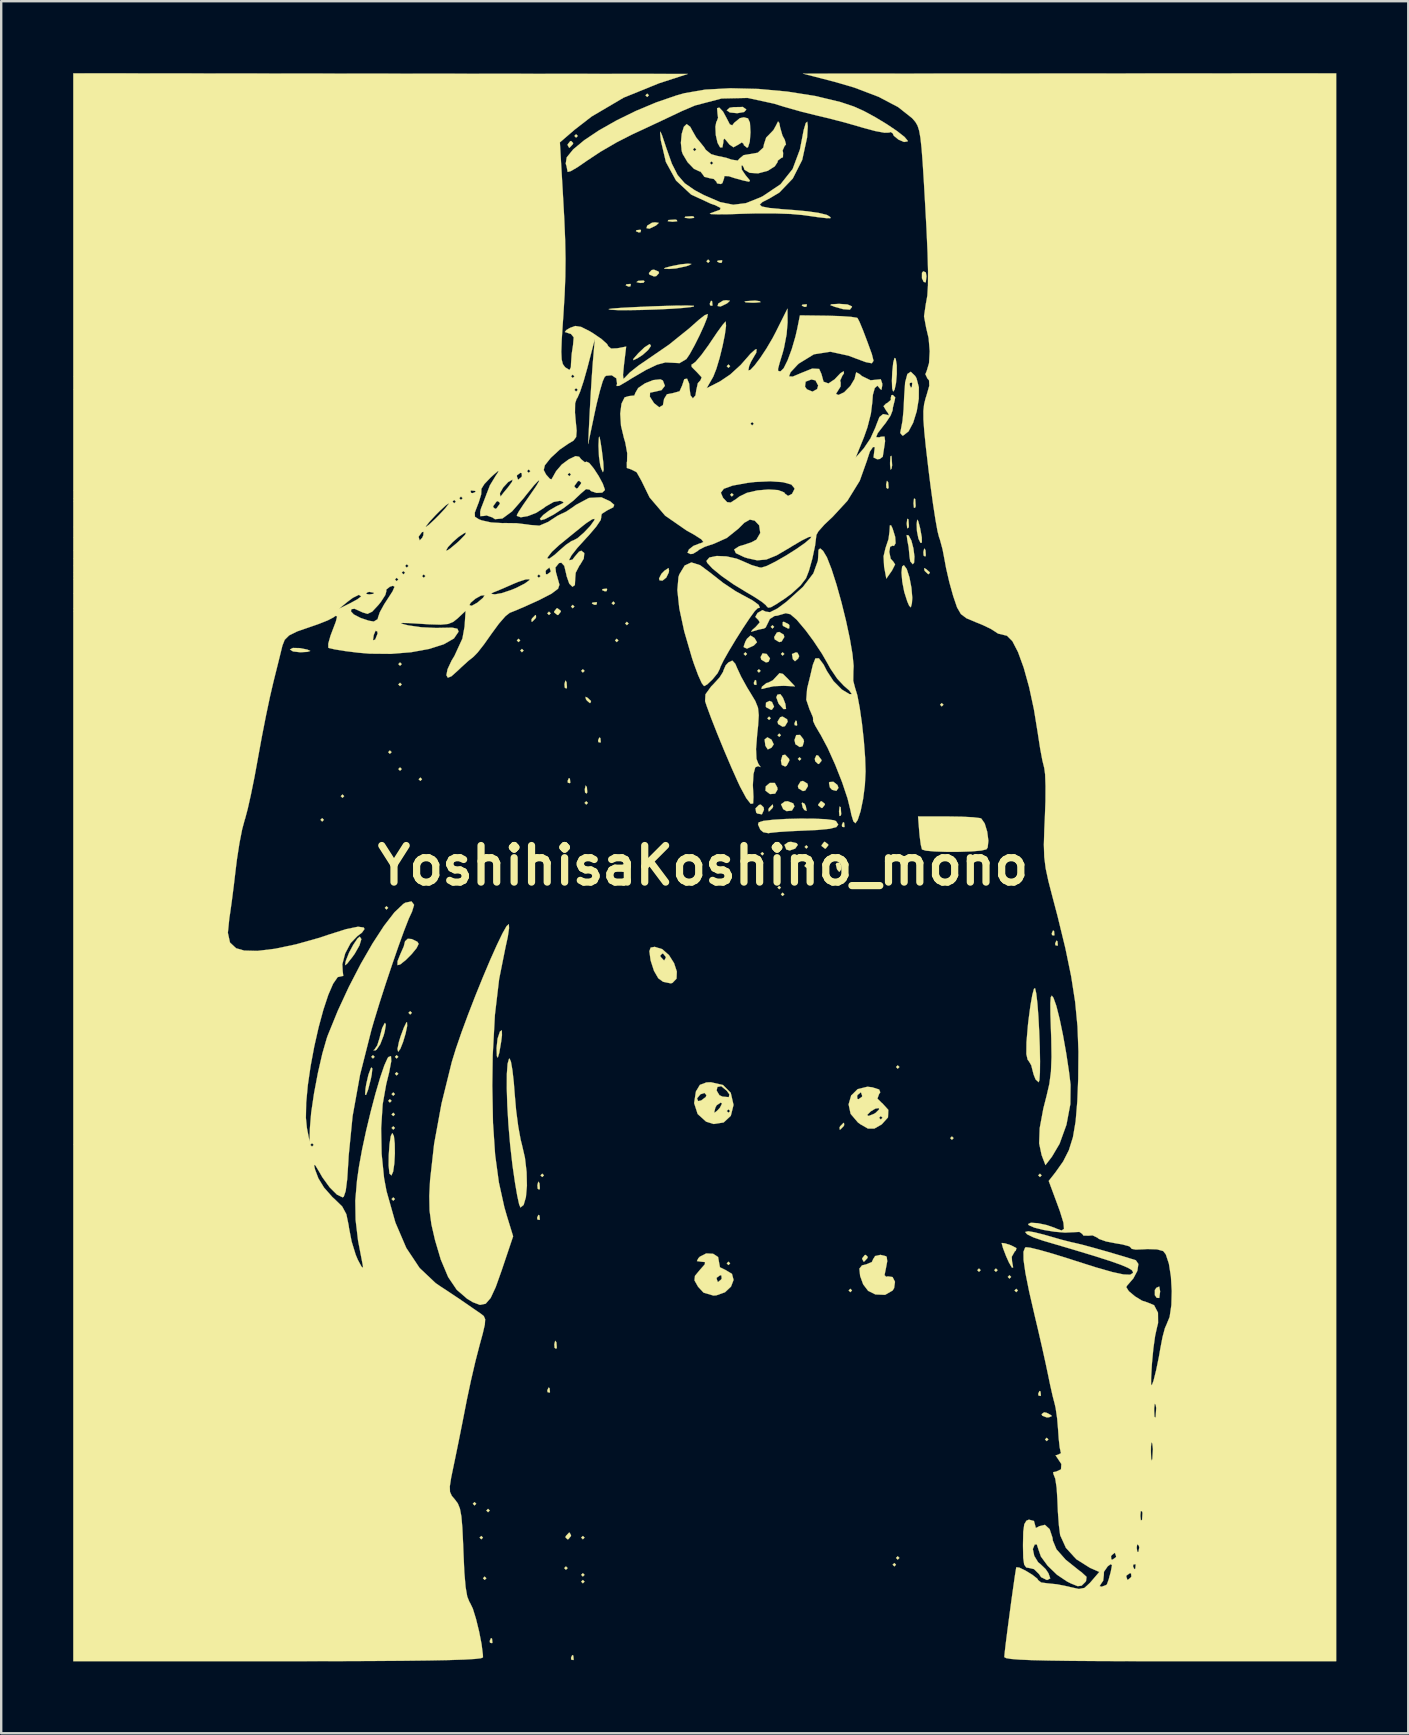
<source format=kicad_pcb>
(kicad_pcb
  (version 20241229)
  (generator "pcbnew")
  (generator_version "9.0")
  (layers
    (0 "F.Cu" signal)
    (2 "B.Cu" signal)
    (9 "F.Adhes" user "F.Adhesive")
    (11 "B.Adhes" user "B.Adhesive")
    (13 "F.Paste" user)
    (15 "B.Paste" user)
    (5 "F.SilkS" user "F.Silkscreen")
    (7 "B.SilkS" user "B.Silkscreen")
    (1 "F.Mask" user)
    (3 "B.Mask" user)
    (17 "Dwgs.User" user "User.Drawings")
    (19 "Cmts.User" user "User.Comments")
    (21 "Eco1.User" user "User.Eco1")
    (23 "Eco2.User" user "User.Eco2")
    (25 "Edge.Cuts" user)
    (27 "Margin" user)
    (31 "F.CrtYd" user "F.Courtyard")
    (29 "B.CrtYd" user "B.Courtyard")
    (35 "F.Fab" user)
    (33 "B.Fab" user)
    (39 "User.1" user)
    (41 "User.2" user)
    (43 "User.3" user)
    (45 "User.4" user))
  (footprint "YoshihisaKoshino_mono"
    (layer "F.Cu")
    (at 26.252 33.025)
    (property "Reference" "YoshihisaKoshino_mono" (at 0 0 0) (layer "F.SilkS") (effects (font (size 1.524 1.524) (thickness 0.3))))
    (attr through_hole)
    (fp_poly (pts (xy -15.804 -1.905) (xy -15.875 -1.834) (xy -15.946 -1.905) (xy -15.875 -1.976) (xy -15.804 -1.905)) (stroke (width 0.01) (type solid)) (fill yes) (layer "F.SilkS"))
    (fp_poly (pts (xy -14.958 -2.893) (xy -15.028 -2.822) (xy -15.099 -2.893) (xy -15.028 -2.963) (xy -14.958 -2.893)) (stroke (width 0.01) (type solid)) (fill yes) (layer "F.SilkS"))
    (fp_poly (pts (xy -13.688 7.973) (xy -13.758 8.043) (xy -13.829 7.973) (xy -13.758 7.902) (xy -13.688 7.973)) (stroke (width 0.01) (type solid)) (fill yes) (layer "F.SilkS"))
    (fp_poly (pts (xy -13.264 -0.635) (xy -13.335 -0.564) (xy -13.406 -0.635) (xy -13.335 -0.706) (xy -13.264 -0.635)) (stroke (width 0.01) (type solid)) (fill yes) (layer "F.SilkS"))
    (fp_poly (pts (xy -13.123 1.764) (xy -13.194 1.834) (xy -13.264 1.764) (xy -13.194 1.693) (xy -13.123 1.764)) (stroke (width 0.01) (type solid)) (fill yes) (layer "F.SilkS"))
    (fp_poly (pts (xy -12.982 -4.727) (xy -13.053 -4.657) (xy -13.123 -4.727) (xy -13.053 -4.798) (xy -12.982 -4.727)) (stroke (width 0.01) (type solid)) (fill yes) (layer "F.SilkS"))
    (fp_poly (pts (xy -12.982 9.807) (xy -13.053 9.878) (xy -13.123 9.807) (xy -13.053 9.737) (xy -12.982 9.807)) (stroke (width 0.01) (type solid)) (fill yes) (layer "F.SilkS"))
    (fp_poly (pts (xy -12.841 9.525) (xy -12.912 9.596) (xy -12.982 9.525) (xy -12.912 9.454) (xy -12.841 9.525)) (stroke (width 0.01) (type solid)) (fill yes) (layer "F.SilkS"))
    (fp_poly (pts (xy -12.841 10.372) (xy -12.912 10.442) (xy -12.982 10.372) (xy -12.912 10.301) (xy -12.841 10.372)) (stroke (width 0.01) (type solid)) (fill yes) (layer "F.SilkS"))
    (fp_poly (pts (xy -12.841 10.936) (xy -12.912 11.007) (xy -12.982 10.936) (xy -12.912 10.866) (xy -12.841 10.936)) (stroke (width 0.01) (type solid)) (fill yes) (layer "F.SilkS"))
    (fp_poly (pts (xy -12.841 13.899) (xy -12.912 13.97) (xy -12.982 13.899) (xy -12.912 13.829) (xy -12.841 13.899)) (stroke (width 0.01) (type solid)) (fill yes) (layer "F.SilkS"))
    (fp_poly (pts (xy -12.7 7.973) (xy -12.771 8.043) (xy -12.841 7.973) (xy -12.771 7.902) (xy -12.7 7.973)) (stroke (width 0.01) (type solid)) (fill yes) (layer "F.SilkS"))
    (fp_poly (pts (xy -12.7 8.678) (xy -12.771 8.749) (xy -12.841 8.678) (xy -12.771 8.608) (xy -12.7 8.678)) (stroke (width 0.01) (type solid)) (fill yes) (layer "F.SilkS"))
    (fp_poly (pts (xy -12.559 -8.396) (xy -12.629 -8.326) (xy -12.7 -8.396) (xy -12.629 -8.467) (xy -12.559 -8.396)) (stroke (width 0.01) (type solid)) (fill yes) (layer "F.SilkS"))
    (fp_poly (pts (xy -12.559 -7.549) (xy -12.629 -7.479) (xy -12.7 -7.549) (xy -12.629 -7.62) (xy -12.559 -7.549)) (stroke (width 0.01) (type solid)) (fill yes) (layer "F.SilkS"))
    (fp_poly (pts (xy -12.559 -4.022) (xy -12.629 -3.951) (xy -12.7 -4.022) (xy -12.629 -4.092) (xy -12.559 -4.022)) (stroke (width 0.01) (type solid)) (fill yes) (layer "F.SilkS"))
    (fp_poly (pts (xy -12.136 6.138) (xy -12.206 6.209) (xy -12.277 6.138) (xy -12.206 6.068) (xy -12.136 6.138)) (stroke (width 0.01) (type solid)) (fill yes) (layer "F.SilkS"))
    (fp_poly (pts (xy -11.712 -3.598) (xy -11.783 -3.528) (xy -11.853 -3.598) (xy -11.783 -3.669) (xy -11.712 -3.598)) (stroke (width 0.01) (type solid)) (fill yes) (layer "F.SilkS"))
    (fp_poly (pts (xy -9.454 26.599) (xy -9.525 26.67) (xy -9.596 26.599) (xy -9.525 26.529) (xy -9.454 26.599)) (stroke (width 0.01) (type solid)) (fill yes) (layer "F.SilkS"))
    (fp_poly (pts (xy -9.172 28.011) (xy -9.243 28.081) (xy -9.313 28.011) (xy -9.243 27.94) (xy -9.172 28.011)) (stroke (width 0.01) (type solid)) (fill yes) (layer "F.SilkS"))
    (fp_poly (pts (xy -9.031 29.704) (xy -9.102 29.774) (xy -9.172 29.704) (xy -9.102 29.633) (xy -9.031 29.704)) (stroke (width 0.01) (type solid)) (fill yes) (layer "F.SilkS"))
    (fp_poly (pts (xy -8.89 26.882) (xy -8.961 26.952) (xy -9.031 26.882) (xy -8.961 26.811) (xy -8.89 26.882)) (stroke (width 0.01) (type solid)) (fill yes) (layer "F.SilkS"))
    (fp_poly (pts (xy -7.62 -9.384) (xy -7.691 -9.313) (xy -7.761 -9.384) (xy -7.691 -9.454) (xy -7.62 -9.384)) (stroke (width 0.01) (type solid)) (fill yes) (layer "F.SilkS"))
    (fp_poly (pts (xy -7.479 -8.961) (xy -7.549 -8.89) (xy -7.62 -8.961) (xy -7.549 -9.031) (xy -7.479 -8.961)) (stroke (width 0.01) (type solid)) (fill yes) (layer "F.SilkS"))
    (fp_poly (pts (xy -6.632 12.912) (xy -6.703 12.982) (xy -6.773 12.912) (xy -6.703 12.841) (xy -6.632 12.912)) (stroke (width 0.01) (type solid)) (fill yes) (layer "F.SilkS"))
    (fp_poly (pts (xy -6.35 -10.513) (xy -6.421 -10.442) (xy -6.491 -10.513) (xy -6.421 -10.583) (xy -6.35 -10.513)) (stroke (width 0.01) (type solid)) (fill yes) (layer "F.SilkS"))
    (fp_poly (pts (xy -5.644 29.281) (xy -5.715 29.351) (xy -5.786 29.281) (xy -5.715 29.21) (xy -5.644 29.281)) (stroke (width 0.01) (type solid)) (fill yes) (layer "F.SilkS"))
    (fp_poly (pts (xy -5.362 -10.795) (xy -5.433 -10.724) (xy -5.503 -10.795) (xy -5.433 -10.866) (xy -5.362 -10.795)) (stroke (width 0.01) (type solid)) (fill yes) (layer "F.SilkS"))
    (fp_poly (pts (xy -5.221 -30.409) (xy -5.292 -30.339) (xy -5.362 -30.409) (xy -5.292 -30.48) (xy -5.221 -30.409)) (stroke (width 0.01) (type solid)) (fill yes) (layer "F.SilkS"))
    (fp_poly (pts (xy -5.08 0.071) (xy -5.151 0.141) (xy -5.221 0.071) (xy -5.151 0) (xy -5.08 0.071)) (stroke (width 0.01) (type solid)) (fill yes) (layer "F.SilkS"))
    (fp_poly (pts (xy -4.939 -8.114) (xy -5.009 -8.043) (xy -5.08 -8.114) (xy -5.009 -8.184) (xy -4.939 -8.114)) (stroke (width 0.01) (type solid)) (fill yes) (layer "F.SilkS"))
    (fp_poly (pts (xy -4.939 28.011) (xy -5.009 28.081) (xy -5.08 28.011) (xy -5.009 27.94) (xy -4.939 28.011)) (stroke (width 0.01) (type solid)) (fill yes) (layer "F.SilkS"))
    (fp_poly (pts (xy -4.939 29.563) (xy -5.009 29.633) (xy -5.08 29.563) (xy -5.009 29.492) (xy -4.939 29.563)) (stroke (width 0.01) (type solid)) (fill yes) (layer "F.SilkS"))
    (fp_poly (pts (xy -4.939 29.845) (xy -5.009 29.916) (xy -5.08 29.845) (xy -5.009 29.774) (xy -4.939 29.845)) (stroke (width 0.01) (type solid)) (fill yes) (layer "F.SilkS"))
    (fp_poly (pts (xy -4.798 -2.611) (xy -4.868 -2.54) (xy -4.939 -2.611) (xy -4.868 -2.681) (xy -4.798 -2.611)) (stroke (width 0.01) (type solid)) (fill yes) (layer "F.SilkS"))
    (fp_poly (pts (xy -3.669 -10.936) (xy -3.739 -10.866) (xy -3.81 -10.936) (xy -3.739 -11.007) (xy -3.669 -10.936)) (stroke (width 0.01) (type solid)) (fill yes) (layer "F.SilkS"))
    (fp_poly (pts (xy -3.528 -9.384) (xy -3.598 -9.313) (xy -3.669 -9.384) (xy -3.598 -9.454) (xy -3.528 -9.384)) (stroke (width 0.01) (type solid)) (fill yes) (layer "F.SilkS"))
    (fp_poly (pts (xy -3.104 -10.089) (xy -3.175 -10.019) (xy -3.246 -10.089) (xy -3.175 -10.16) (xy -3.104 -10.089)) (stroke (width 0.01) (type solid)) (fill yes) (layer "F.SilkS"))
    (fp_poly (pts (xy -2.258 -32.103) (xy -2.328 -32.032) (xy -2.399 -32.103) (xy -2.328 -32.173) (xy -2.258 -32.103)) (stroke (width 0.01) (type solid)) (fill yes) (layer "F.SilkS"))
    (fp_poly (pts (xy 0.282 -25.188) (xy 0.212 -25.118) (xy 0.141 -25.188) (xy 0.212 -25.259) (xy 0.282 -25.188)) (stroke (width 0.01) (type solid)) (fill yes) (layer "F.SilkS"))
    (fp_poly (pts (xy 1.129 -20.814) (xy 1.058 -20.743) (xy 0.988 -20.814) (xy 1.058 -20.884) (xy 1.129 -20.814)) (stroke (width 0.01) (type solid)) (fill yes) (layer "F.SilkS"))
    (fp_poly (pts (xy 1.129 16.581) (xy 1.058 16.651) (xy 0.988 16.581) (xy 1.058 16.51) (xy 1.129 16.581)) (stroke (width 0.01) (type solid)) (fill yes) (layer "F.SilkS"))
    (fp_poly (pts (xy 1.27 -15.452) (xy 1.199 -15.381) (xy 1.129 -15.452) (xy 1.199 -15.522) (xy 1.27 -15.452)) (stroke (width 0.01) (type solid)) (fill yes) (layer "F.SilkS"))
    (fp_poly (pts (xy 1.834 -8.819) (xy 1.764 -8.749) (xy 1.693 -8.819) (xy 1.764 -8.89) (xy 1.834 -8.819)) (stroke (width 0.01) (type solid)) (fill yes) (layer "F.SilkS"))
    (fp_poly (pts (xy 2.399 -8.114) (xy 2.328 -8.043) (xy 2.258 -8.114) (xy 2.328 -8.184) (xy 2.399 -8.114)) (stroke (width 0.01) (type solid)) (fill yes) (layer "F.SilkS"))
    (fp_poly (pts (xy 2.54 -0.494) (xy 2.469 -0.423) (xy 2.399 -0.494) (xy 2.469 -0.564) (xy 2.54 -0.494)) (stroke (width 0.01) (type solid)) (fill yes) (layer "F.SilkS"))
    (fp_poly (pts (xy 2.822 -6.138) (xy 2.752 -6.068) (xy 2.681 -6.138) (xy 2.752 -6.209) (xy 2.822 -6.138)) (stroke (width 0.01) (type solid)) (fill yes) (layer "F.SilkS"))
    (fp_poly (pts (xy 2.963 -9.948) (xy 2.893 -9.878) (xy 2.822 -9.948) (xy 2.893 -10.019) (xy 2.963 -9.948)) (stroke (width 0.01) (type solid)) (fill yes) (layer "F.SilkS"))
    (fp_poly (pts (xy 3.104 0.635) (xy 3.034 0.706) (xy 2.963 0.635) (xy 3.034 0.564) (xy 3.104 0.635)) (stroke (width 0.01) (type solid)) (fill yes) (layer "F.SilkS"))
    (fp_poly (pts (xy 3.246 -5.433) (xy 3.175 -5.362) (xy 3.104 -5.433) (xy 3.175 -5.503) (xy 3.246 -5.433)) (stroke (width 0.01) (type solid)) (fill yes) (layer "F.SilkS"))
    (fp_poly (pts (xy 3.246 0.917) (xy 3.175 0.988) (xy 3.104 0.917) (xy 3.175 0.847) (xy 3.246 0.917)) (stroke (width 0.01) (type solid)) (fill yes) (layer "F.SilkS"))
    (fp_poly (pts (xy 3.387 -8.819) (xy 3.316 -8.749) (xy 3.246 -8.819) (xy 3.316 -8.89) (xy 3.387 -8.819)) (stroke (width 0.01) (type solid)) (fill yes) (layer "F.SilkS"))
    (fp_poly (pts (xy 3.387 1.199) (xy 3.316 1.27) (xy 3.246 1.199) (xy 3.316 1.129) (xy 3.387 1.199)) (stroke (width 0.01) (type solid)) (fill yes) (layer "F.SilkS"))
    (fp_poly (pts (xy 4.092 -4.445) (xy 4.022 -4.374) (xy 3.951 -4.445) (xy 4.022 -4.516) (xy 4.092 -4.445)) (stroke (width 0.01) (type solid)) (fill yes) (layer "F.SilkS"))
    (fp_poly (pts (xy 4.374 -0.776) (xy 4.304 -0.706) (xy 4.233 -0.776) (xy 4.304 -0.847) (xy 4.374 -0.776)) (stroke (width 0.01) (type solid)) (fill yes) (layer "F.SilkS"))
    (fp_poly (pts (xy 6.209 17.709) (xy 6.138 17.78) (xy 6.068 17.709) (xy 6.138 17.639) (xy 6.209 17.709)) (stroke (width 0.01) (type solid)) (fill yes) (layer "F.SilkS"))
    (fp_poly (pts (xy 8.043 29.139) (xy 7.973 29.21) (xy 7.902 29.139) (xy 7.973 29.069) (xy 8.043 29.139)) (stroke (width 0.01) (type solid)) (fill yes) (layer "F.SilkS"))
    (fp_poly (pts (xy 8.184 8.396) (xy 8.114 8.467) (xy 8.043 8.396) (xy 8.114 8.326) (xy 8.184 8.396)) (stroke (width 0.01) (type solid)) (fill yes) (layer "F.SilkS"))
    (fp_poly (pts (xy 8.184 28.857) (xy 8.114 28.928) (xy 8.043 28.857) (xy 8.114 28.787) (xy 8.184 28.857)) (stroke (width 0.01) (type solid)) (fill yes) (layer "F.SilkS"))
    (fp_poly (pts (xy 10.019 -6.703) (xy 9.948 -6.632) (xy 9.878 -6.703) (xy 9.948 -6.773) (xy 10.019 -6.703)) (stroke (width 0.01) (type solid)) (fill yes) (layer "F.SilkS"))
    (fp_poly (pts (xy 10.442 11.359) (xy 10.372 11.43) (xy 10.301 11.359) (xy 10.372 11.289) (xy 10.442 11.359)) (stroke (width 0.01) (type solid)) (fill yes) (layer "F.SilkS"))
    (fp_poly (pts (xy 11.571 16.863) (xy 11.501 16.933) (xy 11.43 16.863) (xy 11.501 16.792) (xy 11.571 16.863)) (stroke (width 0.01) (type solid)) (fill yes) (layer "F.SilkS"))
    (fp_poly (pts (xy 12.277 16.863) (xy 12.206 16.933) (xy 12.136 16.863) (xy 12.206 16.792) (xy 12.277 16.863)) (stroke (width 0.01) (type solid)) (fill yes) (layer "F.SilkS"))
    (fp_poly (pts (xy 12.841 17.145) (xy 12.771 17.216) (xy 12.7 17.145) (xy 12.771 17.074) (xy 12.841 17.145)) (stroke (width 0.01) (type solid)) (fill yes) (layer "F.SilkS"))
    (fp_poly (pts (xy 13.123 17.709) (xy 13.053 17.78) (xy 12.982 17.709) (xy 13.053 17.639) (xy 13.123 17.709)) (stroke (width 0.01) (type solid)) (fill yes) (layer "F.SilkS"))
    (fp_poly (pts (xy 14.111 12.912) (xy 14.041 12.982) (xy 13.97 12.912) (xy 14.041 12.841) (xy 14.111 12.912)) (stroke (width 0.01) (type solid)) (fill yes) (layer "F.SilkS"))
    (fp_poly (pts (xy 14.393 23.918) (xy 14.323 23.989) (xy 14.252 23.918) (xy 14.323 23.848) (xy 14.393 23.918)) (stroke (width 0.01) (type solid)) (fill yes) (layer "F.SilkS"))
    (fp_poly (pts (xy -8.796 32.22) (xy -8.779 32.388) (xy -8.796 32.409) (xy -8.88 32.389) (xy -8.89 32.314) (xy -8.838 32.198) (xy -8.796 32.22)) (stroke (width 0.01) (type solid)) (fill yes) (layer "F.SilkS"))
    (fp_poly (pts (xy -6.82 14.581) (xy -6.803 14.749) (xy -6.82 14.77) (xy -6.904 14.75) (xy -6.914 14.676) (xy -6.863 14.559) (xy -6.82 14.581)) (stroke (width 0.01) (type solid)) (fill yes) (layer "F.SilkS"))
    (fp_poly (pts (xy -6.818 13.238) (xy -6.801 13.459) (xy -6.829 13.508) (xy -6.893 13.466) (xy -6.903 13.323) (xy -6.869 13.173) (xy -6.818 13.238)) (stroke (width 0.01) (type solid)) (fill yes) (layer "F.SilkS"))
    (fp_poly (pts (xy -6.397 21.778) (xy -6.38 21.946) (xy -6.397 21.966) (xy -6.481 21.947) (xy -6.491 21.872) (xy -6.439 21.756) (xy -6.397 21.778)) (stroke (width 0.01) (type solid)) (fill yes) (layer "F.SilkS"))
    (fp_poly (pts (xy -6.112 19.87) (xy -6.096 20.091) (xy -6.124 20.141) (xy -6.188 20.099) (xy -6.198 19.955) (xy -6.163 19.805) (xy -6.112 19.87)) (stroke (width 0.01) (type solid)) (fill yes) (layer "F.SilkS"))
    (fp_poly (pts (xy -5.689 -7.646) (xy -5.672 -7.426) (xy -5.7 -7.376) (xy -5.764 -7.418) (xy -5.774 -7.561) (xy -5.74 -7.712) (xy -5.689 -7.646)) (stroke (width 0.01) (type solid)) (fill yes) (layer "F.SilkS"))
    (fp_poly (pts (xy -5.55 -3.622) (xy -5.533 -3.454) (xy -5.55 -3.434) (xy -5.634 -3.453) (xy -5.644 -3.528) (xy -5.593 -3.644) (xy -5.55 -3.622)) (stroke (width 0.01) (type solid)) (fill yes) (layer "F.SilkS"))
    (fp_poly (pts (xy -5.409 32.926) (xy -5.392 33.093) (xy -5.409 33.114) (xy -5.493 33.095) (xy -5.503 33.02) (xy -5.452 32.904) (xy -5.409 32.926)) (stroke (width 0.01) (type solid)) (fill yes) (layer "F.SilkS"))
    (fp_poly (pts (xy -4.842 -3.272) (xy -4.826 -3.051) (xy -4.854 -3.002) (xy -4.918 -3.044) (xy -4.928 -3.187) (xy -4.893 -3.337) (xy -4.842 -3.272)) (stroke (width 0.01) (type solid)) (fill yes) (layer "F.SilkS"))
    (fp_poly (pts (xy -4.421 -10.96) (xy -4.441 -10.876) (xy -4.516 -10.866) (xy -4.632 -10.917) (xy -4.61 -10.96) (xy -4.442 -10.977) (xy -4.421 -10.96)) (stroke (width 0.01) (type solid)) (fill yes) (layer "F.SilkS"))
    (fp_poly (pts (xy -4.28 -5.315) (xy -4.263 -5.148) (xy -4.28 -5.127) (xy -4.364 -5.146) (xy -4.374 -5.221) (xy -4.323 -5.337) (xy -4.28 -5.315)) (stroke (width 0.01) (type solid)) (fill yes) (layer "F.SilkS"))
    (fp_poly (pts (xy -3.998 -11.524) (xy -4.018 -11.44) (xy -4.092 -11.43) (xy -4.208 -11.482) (xy -4.186 -11.524) (xy -4.019 -11.541) (xy -3.998 -11.524)) (stroke (width 0.01) (type solid)) (fill yes) (layer "F.SilkS"))
    (fp_poly (pts (xy -3.01 -24.224) (xy -3.03 -24.14) (xy -3.104 -24.13) (xy -3.221 -24.182) (xy -3.199 -24.224) (xy -3.031 -24.241) (xy -3.01 -24.224)) (stroke (width 0.01) (type solid)) (fill yes) (layer "F.SilkS"))
    (fp_poly (pts (xy -2.587 -26.482) (xy -2.606 -26.398) (xy -2.681 -26.388) (xy -2.797 -26.439) (xy -2.775 -26.482) (xy -2.608 -26.499) (xy -2.587 -26.482)) (stroke (width 0.01) (type solid)) (fill yes) (layer "F.SilkS"))
    (fp_poly (pts (xy -2.437 -24.356) (xy -2.479 -24.292) (xy -2.622 -24.282) (xy -2.773 -24.317) (xy -2.708 -24.368) (xy -2.487 -24.384) (xy -2.437 -24.356)) (stroke (width 0.01) (type solid)) (fill yes) (layer "F.SilkS"))
    (fp_poly (pts (xy -1.094 -26.905) (xy -1.076 -26.853) (xy -1.27 -26.833) (xy -1.47 -26.856) (xy -1.446 -26.905) (xy -1.157 -26.923) (xy -1.094 -26.905)) (stroke (width 0.01) (type solid)) (fill yes) (layer "F.SilkS"))
    (fp_poly (pts (xy -0.388 -27.046) (xy -0.37 -26.994) (xy -0.564 -26.975) (xy -0.765 -26.997) (xy -0.741 -27.046) (xy -0.452 -27.064) (xy -0.388 -27.046)) (stroke (width 0.01) (type solid)) (fill yes) (layer "F.SilkS"))
    (fp_poly (pts (xy 0.376 -23.519) (xy 0.393 -23.351) (xy 0.376 -23.33) (xy 0.292 -23.35) (xy 0.282 -23.424) (xy 0.334 -23.541) (xy 0.376 -23.519)) (stroke (width 0.01) (type solid)) (fill yes) (layer "F.SilkS"))
    (fp_poly (pts (xy 0.8 -25.212) (xy 0.78 -25.128) (xy 0.706 -25.118) (xy 0.589 -25.169) (xy 0.611 -25.212) (xy 0.779 -25.229) (xy 0.8 -25.212)) (stroke (width 0.01) (type solid)) (fill yes) (layer "F.SilkS"))
    (fp_poly (pts (xy 2.211 -7.714) (xy 2.228 -7.547) (xy 2.211 -7.526) (xy 2.127 -7.545) (xy 2.117 -7.62) (xy 2.168 -7.736) (xy 2.211 -7.714)) (stroke (width 0.01) (type solid)) (fill yes) (layer "F.SilkS"))
    (fp_poly (pts (xy 3.904 -6.021) (xy 3.921 -5.853) (xy 3.904 -5.833) (xy 3.82 -5.852) (xy 3.81 -5.927) (xy 3.862 -6.043) (xy 3.904 -6.021)) (stroke (width 0.01) (type solid)) (fill yes) (layer "F.SilkS"))
    (fp_poly (pts (xy 4.327 -23.377) (xy 4.308 -23.294) (xy 4.233 -23.283) (xy 4.117 -23.335) (xy 4.139 -23.377) (xy 4.307 -23.394) (xy 4.327 -23.377)) (stroke (width 0.01) (type solid)) (fill yes) (layer "F.SilkS"))
    (fp_poly (pts (xy 5.738 -2.434) (xy 5.757 -2.145) (xy 5.738 -2.081) (xy 5.686 -2.064) (xy 5.667 -2.258) (xy 5.689 -2.458) (xy 5.738 -2.434)) (stroke (width 0.01) (type solid)) (fill yes) (layer "F.SilkS"))
    (fp_poly (pts (xy 5.88 -1.787) (xy 5.897 -1.62) (xy 5.88 -1.599) (xy 5.796 -1.619) (xy 5.786 -1.693) (xy 5.837 -1.809) (xy 5.88 -1.787)) (stroke (width 0.01) (type solid)) (fill yes) (layer "F.SilkS"))
    (fp_poly (pts (xy 7.716 -15.972) (xy 7.733 -15.751) (xy 7.705 -15.702) (xy 7.641 -15.744) (xy 7.631 -15.887) (xy 7.666 -16.037) (xy 7.716 -15.972)) (stroke (width 0.01) (type solid)) (fill yes) (layer "F.SilkS"))
    (fp_poly (pts (xy 8.56 -14.429) (xy 8.579 -14.14) (xy 8.56 -14.076) (xy 8.509 -14.058) (xy 8.489 -14.252) (xy 8.511 -14.453) (xy 8.56 -14.429)) (stroke (width 0.01) (type solid)) (fill yes) (layer "F.SilkS"))
    (fp_poly (pts (xy 8.842 -15.275) (xy 8.861 -14.986) (xy 8.842 -14.922) (xy 8.791 -14.905) (xy 8.771 -15.099) (xy 8.793 -15.299) (xy 8.842 -15.275)) (stroke (width 0.01) (type solid)) (fill yes) (layer "F.SilkS"))
    (fp_poly (pts (xy 9.269 -13.15) (xy 9.285 -12.929) (xy 9.257 -12.879) (xy 9.193 -12.921) (xy 9.183 -13.065) (xy 9.218 -13.215) (xy 9.269 -13.15)) (stroke (width 0.01) (type solid)) (fill yes) (layer "F.SilkS"))
    (fp_poly (pts (xy 14.064 21.919) (xy 14.081 22.087) (xy 14.064 22.107) (xy 13.98 22.088) (xy 13.97 22.013) (xy 14.022 21.897) (xy 14.064 21.919)) (stroke (width 0.01) (type solid)) (fill yes) (layer "F.SilkS"))
    (fp_poly (pts (xy 14.629 2.728) (xy 14.645 2.896) (xy 14.629 2.916) (xy 14.545 2.897) (xy 14.534 2.822) (xy 14.586 2.706) (xy 14.629 2.728)) (stroke (width 0.01) (type solid)) (fill yes) (layer "F.SilkS"))
    (fp_poly (pts (xy 14.77 3.151) (xy 14.787 3.319) (xy 14.77 3.34) (xy 14.686 3.32) (xy 14.676 3.246) (xy 14.727 3.129) (xy 14.77 3.151)) (stroke (width 0.01) (type solid)) (fill yes) (layer "F.SilkS"))
    (fp_poly (pts (xy -4.82 -6.998) (xy -4.668 -6.856) (xy -4.699 -6.775) (xy -4.719 -6.773) (xy -4.838 -6.874) (xy -4.882 -6.936) (xy -4.898 -7.033) (xy -4.82 -6.998)) (stroke (width 0.01) (type solid)) (fill yes) (layer "F.SilkS"))
    (fp_poly (pts (xy 2.65 -8.82) (xy 2.79 -8.634) (xy 2.728 -8.49) (xy 2.622 -8.467) (xy 2.428 -8.58) (xy 2.399 -8.69) (xy 2.481 -8.845) (xy 2.65 -8.82)) (stroke (width 0.01) (type solid)) (fill yes) (layer "F.SilkS"))
    (fp_poly (pts (xy 2.853 -5.247) (xy 2.946 -5.053) (xy 2.855 -4.915) (xy 2.698 -4.84) (xy 2.598 -4.992) (xy 2.565 -5.255) (xy 2.682 -5.346) (xy 2.853 -5.247)) (stroke (width 0.01) (type solid)) (fill yes) (layer "F.SilkS"))
    (fp_poly (pts (xy 3.938 -8.869) (xy 4.007 -8.731) (xy 3.964 -8.628) (xy 3.832 -8.516) (xy 3.743 -8.602) (xy 3.706 -8.816) (xy 3.87 -8.886) (xy 3.938 -8.869)) (stroke (width 0.01) (type solid)) (fill yes) (layer "F.SilkS"))
    (fp_poly (pts (xy 4.229 -2.578) (xy 4.282 -2.476) (xy 4.318 -2.277) (xy 4.223 -2.315) (xy 4.157 -2.408) (xy 4.114 -2.593) (xy 4.131 -2.626) (xy 4.229 -2.578)) (stroke (width 0.01) (type solid)) (fill yes) (layer "F.SilkS"))
    (fp_poly (pts (xy 5.773 0.029) (xy 5.756 0.161) (xy 5.678 0.267) (xy 5.586 0.16) (xy 5.534 -0.048) (xy 5.56 -0.103) (xy 5.699 -0.127) (xy 5.773 0.029)) (stroke (width 0.01) (type solid)) (fill yes) (layer "F.SilkS"))
    (fp_poly (pts (xy 9.285 -24.722) (xy 9.313 -24.562) (xy 9.282 -24.307) (xy 9.198 -24.323) (xy 9.123 -24.478) (xy 9.124 -24.705) (xy 9.178 -24.769) (xy 9.285 -24.722)) (stroke (width 0.01) (type solid)) (fill yes) (layer "F.SilkS"))
    (fp_poly (pts (xy 9.292 -12.361) (xy 9.442 -12.23) (xy 9.454 -12.198) (xy 9.387 -12.14) (xy 9.248 -12.27) (xy 9.229 -12.298) (xy 9.213 -12.395) (xy 9.292 -12.361)) (stroke (width 0.01) (type solid)) (fill yes) (layer "F.SilkS"))
    (fp_poly (pts (xy -6.959 -10.351) (xy -6.985 -10.301) (xy -7.118 -10.166) (xy -7.143 -10.16) (xy -7.152 -10.251) (xy -7.126 -10.301) (xy -6.993 -10.436) (xy -6.968 -10.442) (xy -6.959 -10.351)) (stroke (width 0.01) (type solid)) (fill yes) (layer "F.SilkS"))
    (fp_poly (pts (xy -5.931 -10.617) (xy -5.927 -10.583) (xy -6.034 -10.446) (xy -6.068 -10.442) (xy -6.205 -10.55) (xy -6.209 -10.583) (xy -6.102 -10.72) (xy -6.068 -10.724) (xy -5.931 -10.617)) (stroke (width 0.01) (type solid)) (fill yes) (layer "F.SilkS"))
    (fp_poly (pts (xy -5.505 27.908) (xy -5.503 27.94) (xy -5.612 28.076) (xy -5.653 28.081) (xy -5.737 27.995) (xy -5.715 27.94) (xy -5.588 27.805) (xy -5.566 27.799) (xy -5.505 27.908)) (stroke (width 0.01) (type solid)) (fill yes) (layer "F.SilkS"))
    (fp_poly (pts (xy -5.411 -30.111) (xy -5.433 -30.057) (xy -5.56 -29.922) (xy -5.582 -29.916) (xy -5.643 -30.025) (xy -5.644 -30.057) (xy -5.536 -30.192) (xy -5.495 -30.198) (xy -5.411 -30.111)) (stroke (width 0.01) (type solid)) (fill yes) (layer "F.SilkS"))
    (fp_poly (pts (xy -1.858 -24.759) (xy -1.834 -24.694) (xy -1.949 -24.569) (xy -2.046 -24.553) (xy -2.234 -24.63) (xy -2.258 -24.694) (xy -2.143 -24.82) (xy -2.046 -24.836) (xy -1.858 -24.759)) (stroke (width 0.01) (type solid)) (fill yes) (layer "F.SilkS"))
    (fp_poly (pts (xy -1.845 -26.786) (xy -1.947 -26.689) (xy -1.976 -26.67) (xy -2.234 -26.545) (xy -2.357 -26.566) (xy -2.328 -26.67) (xy -2.127 -26.793) (xy -2.003 -26.809) (xy -1.845 -26.786)) (stroke (width 0.01) (type solid)) (fill yes) (layer "F.SilkS"))
    (fp_poly (pts (xy 1.119 -23.541) (xy 1.016 -23.443) (xy 0.988 -23.424) (xy 0.729 -23.3) (xy 0.606 -23.321) (xy 0.635 -23.424) (xy 0.836 -23.547) (xy 0.961 -23.563) (xy 1.119 -23.541)) (stroke (width 0.01) (type solid)) (fill yes) (layer "F.SilkS"))
    (fp_poly (pts (xy 2.365 -23.521) (xy 2.398 -23.483) (xy 2.196 -23.462) (xy 2.046 -23.46) (xy 1.773 -23.474) (xy 1.731 -23.506) (xy 1.801 -23.524) (xy 2.168 -23.547) (xy 2.365 -23.521)) (stroke (width 0.01) (type solid)) (fill yes) (layer "F.SilkS"))
    (fp_poly (pts (xy 2.525 -2.426) (xy 2.54 -2.328) (xy 2.453 -2.134) (xy 2.259 -2.169) (xy 2.215 -2.207) (xy 2.186 -2.383) (xy 2.329 -2.525) (xy 2.407 -2.54) (xy 2.525 -2.426)) (stroke (width 0.01) (type solid)) (fill yes) (layer "F.SilkS"))
    (fp_poly (pts (xy 2.873 -6.817) (xy 2.96 -6.622) (xy 2.87 -6.496) (xy 2.831 -6.491) (xy 2.638 -6.593) (xy 2.617 -6.622) (xy 2.623 -6.79) (xy 2.773 -6.863) (xy 2.873 -6.817)) (stroke (width 0.01) (type solid)) (fill yes) (layer "F.SilkS"))
    (fp_poly (pts (xy 2.919 -2.449) (xy 2.893 -2.399) (xy 2.76 -2.264) (xy 2.735 -2.258) (xy 2.725 -2.349) (xy 2.752 -2.399) (xy 2.885 -2.534) (xy 2.909 -2.54) (xy 2.919 -2.449)) (stroke (width 0.01) (type solid)) (fill yes) (layer "F.SilkS"))
    (fp_poly (pts (xy 3.362 -9.624) (xy 3.387 -9.525) (xy 3.274 -9.338) (xy 3.175 -9.313) (xy 2.988 -9.426) (xy 2.963 -9.525) (xy 3.076 -9.712) (xy 3.175 -9.737) (xy 3.362 -9.624)) (stroke (width 0.01) (type solid)) (fill yes) (layer "F.SilkS"))
    (fp_poly (pts (xy 3.503 -6.096) (xy 3.528 -5.997) (xy 3.415 -5.81) (xy 3.316 -5.786) (xy 3.129 -5.899) (xy 3.104 -5.997) (xy 3.217 -6.184) (xy 3.316 -6.209) (xy 3.503 -6.096)) (stroke (width 0.01) (type solid)) (fill yes) (layer "F.SilkS"))
    (fp_poly (pts (xy 3.569 -10.057) (xy 3.598 -10.019) (xy 3.592 -9.889) (xy 3.544 -9.878) (xy 3.345 -9.981) (xy 3.316 -10.019) (xy 3.323 -10.149) (xy 3.37 -10.16) (xy 3.569 -10.057)) (stroke (width 0.01) (type solid)) (fill yes) (layer "F.SilkS"))
    (fp_poly (pts (xy 3.586 -4.448) (xy 3.598 -4.374) (xy 3.487 -4.163) (xy 3.422 -4.128) (xy 3.28 -4.193) (xy 3.246 -4.374) (xy 3.311 -4.598) (xy 3.422 -4.621) (xy 3.586 -4.448)) (stroke (width 0.01) (type solid)) (fill yes) (layer "F.SilkS"))
    (fp_poly (pts (xy 3.758 -2.593) (xy 3.81 -2.469) (xy 3.705 -2.292) (xy 3.482 -2.268) (xy 3.34 -2.352) (xy 3.249 -2.553) (xy 3.408 -2.67) (xy 3.528 -2.681) (xy 3.758 -2.593)) (stroke (width 0.01) (type solid)) (fill yes) (layer "F.SilkS"))
    (fp_poly (pts (xy 3.898 -0.935) (xy 3.951 -0.862) (xy 3.839 -0.707) (xy 3.615 -0.629) (xy 3.471 -0.668) (xy 3.39 -0.863) (xy 3.555 -0.978) (xy 3.669 -0.988) (xy 3.898 -0.935)) (stroke (width 0.01) (type solid)) (fill yes) (layer "F.SilkS"))
    (fp_poly (pts (xy 4.184 -5.263) (xy 4.208 -5.174) (xy 4.148 -4.973) (xy 4.032 -4.939) (xy 3.849 -5.058) (xy 3.81 -5.233) (xy 3.884 -5.44) (xy 4.042 -5.445) (xy 4.184 -5.263)) (stroke (width 0.01) (type solid)) (fill yes) (layer "F.SilkS"))
    (fp_poly (pts (xy 4.35 -3.415) (xy 4.374 -3.316) (xy 4.261 -3.129) (xy 4.163 -3.104) (xy 3.976 -3.217) (xy 3.951 -3.316) (xy 4.064 -3.503) (xy 4.163 -3.528) (xy 4.35 -3.415)) (stroke (width 0.01) (type solid)) (fill yes) (layer "F.SilkS"))
    (fp_poly (pts (xy 4.511 -0.034) (xy 4.516 0) (xy 4.408 0.137) (xy 4.374 0.141) (xy 4.237 0.034) (xy 4.233 0) (xy 4.341 -0.137) (xy 4.374 -0.141) (xy 4.511 -0.034)) (stroke (width 0.01) (type solid)) (fill yes) (layer "F.SilkS"))
    (fp_poly (pts (xy 4.798 -4.586) (xy 4.934 -4.406) (xy 4.939 -4.366) (xy 4.831 -4.237) (xy 4.798 -4.233) (xy 4.674 -4.348) (xy 4.657 -4.453) (xy 4.725 -4.599) (xy 4.798 -4.586)) (stroke (width 0.01) (type solid)) (fill yes) (layer "F.SilkS"))
    (fp_poly (pts (xy 5.076 -2.574) (xy 5.08 -2.54) (xy 4.973 -2.403) (xy 4.939 -2.399) (xy 4.802 -2.506) (xy 4.798 -2.54) (xy 4.905 -2.677) (xy 4.939 -2.681) (xy 5.076 -2.574)) (stroke (width 0.01) (type solid)) (fill yes) (layer "F.SilkS"))
    (fp_poly (pts (xy 5.217 -0.88) (xy 5.221 -0.847) (xy 5.114 -0.71) (xy 5.08 -0.706) (xy 4.943 -0.813) (xy 4.939 -0.847) (xy 5.046 -0.984) (xy 5.08 -0.988) (xy 5.217 -0.88)) (stroke (width 0.01) (type solid)) (fill yes) (layer "F.SilkS"))
    (fp_poly (pts (xy 5.602 -3.357) (xy 5.644 -3.237) (xy 5.556 -3.113) (xy 5.377 -3.157) (xy 5.286 -3.255) (xy 5.248 -3.445) (xy 5.268 -3.481) (xy 5.433 -3.491) (xy 5.602 -3.357)) (stroke (width 0.01) (type solid)) (fill yes) (layer "F.SilkS"))
    (fp_poly (pts (xy 5.882 10.816) (xy 5.856 10.866) (xy 5.723 11) (xy 5.698 11.007) (xy 5.689 10.916) (xy 5.715 10.866) (xy 5.848 10.731) (xy 5.873 10.724) (xy 5.882 10.816)) (stroke (width 0.01) (type solid)) (fill yes) (layer "F.SilkS"))
    (fp_poly (pts (xy 6.866 16.314) (xy 6.844 16.369) (xy 6.717 16.504) (xy 6.694 16.51) (xy 6.634 16.401) (xy 6.632 16.369) (xy 6.741 16.233) (xy 6.782 16.228) (xy 6.866 16.314)) (stroke (width 0.01) (type solid)) (fill yes) (layer "F.SilkS"))
    (fp_poly (pts (xy 7.858 -17.039) (xy 7.88 -16.681) (xy 7.858 -16.545) (xy 7.817 -16.501) (xy 7.795 -16.696) (xy 7.794 -16.792) (xy 7.809 -17.049) (xy 7.845 -17.079) (xy 7.858 -17.039)) (stroke (width 0.01) (type solid)) (fill yes) (layer "F.SilkS"))
    (fp_poly (pts (xy 14.323 22.809) (xy 14.508 22.909) (xy 14.534 22.946) (xy 14.419 22.995) (xy 14.323 23.001) (xy 14.135 22.927) (xy 14.111 22.864) (xy 14.215 22.787) (xy 14.323 22.809)) (stroke (width 0.01) (type solid)) (fill yes) (layer "F.SilkS"))
    (fp_poly (pts (xy 19.05 17.745) (xy 19.05 17.752) (xy 19.015 18.021) (xy 18.911 18.018) (xy 18.831 17.909) (xy 18.831 17.689) (xy 18.893 17.598) (xy 19.014 17.546) (xy 19.05 17.745)) (stroke (width 0.01) (type solid)) (fill yes) (layer "F.SilkS"))
    (fp_poly (pts (xy -1.417 -12.289) (xy -1.43 -12.213) (xy -1.533 -12.002) (xy -1.692 -11.875) (xy -1.815 -11.889) (xy -1.834 -11.965) (xy -1.737 -12.157) (xy -1.607 -12.29) (xy -1.438 -12.401) (xy -1.417 -12.289)) (stroke (width 0.01) (type solid)) (fill yes) (layer "F.SilkS"))
    (fp_poly (pts (xy 2.145 -9.483) (xy 2.249 -9.307) (xy 2.115 -9.169) (xy 1.831 -9.041) (xy 1.699 -9.1) (xy 1.695 -9.137) (xy 1.765 -9.336) (xy 1.831 -9.453) (xy 1.978 -9.588) (xy 2.145 -9.483)) (stroke (width 0.01) (type solid)) (fill yes) (layer "F.SilkS"))
    (fp_poly (pts (xy 2.992 -3.44) (xy 3.095 -3.254) (xy 3.104 -3.167) (xy 3.004 -2.997) (xy 2.791 -2.979) (xy 2.601 -3.12) (xy 2.614 -3.302) (xy 2.782 -3.443) (xy 2.986 -3.443) (xy 2.992 -3.44)) (stroke (width 0.01) (type solid)) (fill yes) (layer "F.SilkS"))
    (fp_poly (pts (xy 3.331 -6.995) (xy 3.431 -6.738) (xy 3.459 -6.527) (xy 3.355 -6.521) (xy 3.175 -6.716) (xy 3.141 -6.767) (xy 3.053 -7.014) (xy 3.098 -7.122) (xy 3.221 -7.145) (xy 3.331 -6.995)) (stroke (width 0.01) (type solid)) (fill yes) (layer "F.SilkS"))
    (fp_poly (pts (xy 8.968 -14.36) (xy 9.048 -14.055) (xy 9.116 -13.68) (xy 9.12 -13.463) (xy 9.065 -13.447) (xy 8.978 -13.623) (xy 8.915 -13.939) (xy 8.904 -14.228) (xy 8.924 -14.417) (xy 8.968 -14.36)) (stroke (width 0.01) (type solid)) (fill yes) (layer "F.SilkS"))
    (fp_poly (pts (xy -8.381 7.072) (xy -8.414 7.338) (xy -8.493 7.803) (xy -8.554 8.007) (xy -8.593 7.943) (xy -8.606 7.608) (xy -8.564 7.213) (xy -8.467 6.922) (xy -8.463 6.914) (xy -8.386 6.867) (xy -8.381 7.072)) (stroke (width 0.01) (type solid)) (fill yes) (layer "F.SilkS"))
    (fp_poly (pts (xy -0.483 -25.073) (xy -0.591 -25.015) (xy -0.706 -24.977) (xy -1.13 -24.887) (xy -1.411 -24.866) (xy -1.623 -24.875) (xy -1.583 -24.911) (xy -1.341 -24.977) (xy -0.938 -25.057) (xy -0.635 -25.087) (xy -0.483 -25.073)) (stroke (width 0.01) (type solid)) (fill yes) (layer "F.SilkS"))
    (fp_poly (pts (xy 6.02 -23.386) (xy 6.2 -23.309) (xy 6.209 -23.283) (xy 6.121 -23.17) (xy 5.837 -23.19) (xy 5.503 -23.283) (xy 5.307 -23.357) (xy 5.342 -23.393) (xy 5.634 -23.409) (xy 5.68 -23.41) (xy 6.02 -23.386)) (stroke (width 0.01) (type solid)) (fill yes) (layer "F.SilkS"))
    (fp_poly (pts (xy -13.783 8.46) (xy -13.81 8.714) (xy -13.848 8.904) (xy -13.959 9.336) (xy -14.044 9.557) (xy -14.085 9.55) (xy -14.068 9.298) (xy -14.036 9.102) (xy -13.946 8.714) (xy -13.847 8.449) (xy -13.823 8.414) (xy -13.783 8.46)) (stroke (width 0.01) (type solid)) (fill yes) (layer "F.SilkS"))
    (fp_poly (pts (xy -12.332 6.687) (xy -12.397 6.999) (xy -12.503 7.353) (xy -12.618 7.643) (xy -12.709 7.761) (xy -12.735 7.643) (xy -12.673 7.34) (xy -12.605 7.118) (xy -12.47 6.756) (xy -12.368 6.546) (xy -12.339 6.523) (xy -12.332 6.687)) (stroke (width 0.01) (type solid)) (fill yes) (layer "F.SilkS"))
    (fp_poly (pts (xy -2.171 -21.658) (xy -2.291 -21.486) (xy -2.518 -21.283) (xy -2.74 -21.14) (xy -2.911 -21.063) (xy -2.9 -21.122) (xy -2.699 -21.351) (xy -2.692 -21.359) (xy -2.43 -21.607) (xy -2.234 -21.729) (xy -2.216 -21.731) (xy -2.171 -21.658)) (stroke (width 0.01) (type solid)) (fill yes) (layer "F.SilkS"))
    (fp_poly (pts (xy 8.029 -21.127) (xy 8.073 -20.856) (xy 8.075 -20.482) (xy 8.042 -20.107) (xy 7.982 -19.833) (xy 7.923 -19.755) (xy 7.882 -19.883) (xy 7.871 -20.213) (xy 7.885 -20.567) (xy 7.927 -20.967) (xy 7.981 -21.158) (xy 8.029 -21.127)) (stroke (width 0.01) (type solid)) (fill yes) (layer "F.SilkS"))
    (fp_poly (pts (xy 8.57 -13.758) (xy 8.683 -13.545) (xy 8.768 -13.216) (xy 8.811 -12.875) (xy 8.796 -12.625) (xy 8.74 -12.559) (xy 8.636 -12.679) (xy 8.606 -12.876) (xy 8.569 -13.273) (xy 8.516 -13.547) (xy 8.486 -13.778) (xy 8.57 -13.758)) (stroke (width 0.01) (type solid)) (fill yes) (layer "F.SilkS"))
    (fp_poly (pts (xy -16.804 -9.063) (xy -16.792 -9.061) (xy -16.495 -9.002) (xy -16.369 -8.945) (xy -16.369 -8.945) (xy -16.492 -8.906) (xy -16.788 -8.89) (xy -16.792 -8.89) (xy -17.09 -8.924) (xy -17.216 -9.005) (xy -17.216 -9.007) (xy -17.095 -9.07) (xy -16.804 -9.063)) (stroke (width 0.01) (type solid)) (fill yes) (layer "F.SilkS"))
    (fp_poly (pts (xy -14.241 3.065) (xy -14.319 3.325) (xy -14.517 3.674) (xy -14.62 3.818) (xy -14.838 4.094) (xy -14.921 4.153) (xy -14.898 4.008) (xy -14.881 3.951) (xy -14.754 3.631) (xy -14.575 3.296) (xy -14.403 3.042) (xy -14.307 2.963) (xy -14.241 3.065)) (stroke (width 0.01) (type solid)) (fill yes) (layer "F.SilkS"))
    (fp_poly (pts (xy -12.885 11.273) (xy -12.85 11.587) (xy -12.844 11.999) (xy -12.867 12.419) (xy -12.916 12.755) (xy -12.987 12.915) (xy -13.07 12.842) (xy -13.105 12.496) (xy -13.1 12.077) (xy -13.067 11.606) (xy -13.014 11.272) (xy -12.953 11.148) (xy -12.885 11.273)) (stroke (width 0.01) (type solid)) (fill yes) (layer "F.SilkS"))
    (fp_poly (pts (xy -4.275 -17.669) (xy -4.218 -17.296) (xy -4.158 -16.8) (xy -4.143 -16.49) (xy -4.173 -16.394) (xy -4.243 -16.539) (xy -4.284 -16.681) (xy -4.337 -17.037) (xy -4.357 -17.492) (xy -4.355 -17.568) (xy -4.342 -17.839) (xy -4.318 -17.879) (xy -4.275 -17.669)) (stroke (width 0.01) (type solid)) (fill yes) (layer "F.SilkS"))
    (fp_poly (pts (xy 1.79 -31.524) (xy 1.8 -31.5) (xy 1.71 -31.406) (xy 1.432 -31.358) (xy 1.416 -31.358) (xy 1.117 -31.387) (xy 0.988 -31.474) (xy 0.988 -31.477) (xy 1.106 -31.584) (xy 1.27 -31.609) (xy 1.553 -31.614) (xy 1.655 -31.619) (xy 1.79 -31.524)) (stroke (width 0.01) (type solid)) (fill yes) (layer "F.SilkS"))
    (fp_poly (pts (xy 3.327 -7.988) (xy 3.528 -7.791) (xy 3.831 -7.469) (xy 3.362 -7.492) (xy 2.948 -7.475) (xy 2.623 -7.403) (xy 2.436 -7.357) (xy 2.455 -7.455) (xy 2.646 -7.608) (xy 2.709 -7.62) (xy 2.908 -7.722) (xy 3.044 -7.867) (xy 3.187 -8.02) (xy 3.327 -7.988)) (stroke (width 0.01) (type solid)) (fill yes) (layer "F.SilkS"))
    (fp_poly (pts (xy 8.49 -12.357) (xy 8.602 -12.01) (xy 8.685 -11.578) (xy 8.72 -11.159) (xy 8.705 -10.936) (xy 8.66 -10.762) (xy 8.591 -10.826) (xy 8.512 -11.007) (xy 8.386 -11.402) (xy 8.303 -11.829) (xy 8.271 -12.209) (xy 8.297 -12.463) (xy 8.371 -12.52) (xy 8.49 -12.357)) (stroke (width 0.01) (type solid)) (fill yes) (layer "F.SilkS"))
    (fp_poly (pts (xy -13.221 6.631) (xy -13.264 6.901) (xy -13.311 7.077) (xy -13.453 7.446) (xy -13.607 7.674) (xy -13.659 7.705) (xy -13.74 7.698) (xy -13.696 7.67) (xy -13.578 7.495) (xy -13.474 7.162) (xy -13.465 7.114) (xy -13.373 6.769) (xy -13.268 6.566) (xy -13.256 6.557) (xy -13.221 6.631)) (stroke (width 0.01) (type solid)) (fill yes) (layer "F.SilkS"))
    (fp_poly (pts (xy -12.136 3.064) (xy -11.907 3.176) (xy -11.853 3.263) (xy -11.939 3.44) (xy -12.147 3.693) (xy -12.4 3.946) (xy -12.623 4.122) (xy -12.735 4.151) (xy -12.733 3.985) (xy -12.617 3.695) (xy -12.617 3.694) (xy -12.474 3.371) (xy -12.419 3.153) (xy -12.306 3.05) (xy -12.136 3.064)) (stroke (width 0.01) (type solid)) (fill yes) (layer "F.SilkS"))
    (fp_poly (pts (xy 12.594 15.748) (xy 12.838 15.828) (xy 13.062 15.945) (xy 13.033 16.053) (xy 12.994 16.079) (xy 12.866 16.304) (xy 12.878 16.496) (xy 12.924 16.749) (xy 12.875 16.759) (xy 12.749 16.544) (xy 12.629 16.277) (xy 12.502 15.944) (xy 12.448 15.747) (xy 12.451 15.729) (xy 12.594 15.748)) (stroke (width 0.01) (type solid)) (fill yes) (layer "F.SilkS"))
    (fp_poly (pts (xy -0.382 -23.329) (xy -0.385 -23.3) (xy -0.494 -23.279) (xy -0.852 -23.239) (xy -1.352 -23.204) (xy -1.935 -23.177) (xy -2.539 -23.157) (xy -3.102 -23.148) (xy -3.563 -23.15) (xy -3.862 -23.166) (xy -3.939 -23.193) (xy -3.785 -23.216) (xy -3.4 -23.245) (xy -2.836 -23.275) (xy -2.144 -23.306) (xy -1.834 -23.317) (xy -1.123 -23.338) (xy -0.633 -23.341) (xy -0.382 -23.329)) (stroke (width 0.01) (type solid)) (fill yes) (layer "F.SilkS"))
    (fp_poly (pts (xy 4.631 -1.954) (xy 5.123 -1.932) (xy 5.452 -1.889) (xy 5.541 -1.853) (xy 5.634 -1.708) (xy 5.556 -1.603) (xy 5.277 -1.532) (xy 4.768 -1.483) (xy 4.197 -1.457) (xy 3.605 -1.43) (xy 3.114 -1.397) (xy 2.796 -1.363) (xy 2.727 -1.348) (xy 2.509 -1.391) (xy 2.389 -1.493) (xy 2.291 -1.709) (xy 2.317 -1.799) (xy 2.514 -1.862) (xy 2.918 -1.909) (xy 3.455 -1.942) (xy 4.05 -1.957) (xy 4.631 -1.954)) (stroke (width 0.01) (type solid)) (fill yes) (layer "F.SilkS"))
    (fp_poly (pts (xy 7.838 -14.177) (xy 7.902 -14.041) (xy 8.007 -13.702) (xy 8.025 -13.434) (xy 7.956 -13.319) (xy 7.902 -13.335) (xy 7.797 -13.286) (xy 7.761 -13.073) (xy 7.821 -12.786) (xy 7.929 -12.668) (xy 8.005 -12.551) (xy 7.873 -12.293) (xy 7.868 -12.286) (xy 7.639 -11.959) (xy 7.546 -12.456) (xy 7.524 -12.89) (xy 7.606 -13.238) (xy 7.607 -13.24) (xy 7.729 -13.605) (xy 7.771 -13.925) (xy 7.788 -14.181) (xy 7.838 -14.177)) (stroke (width 0.01) (type solid)) (fill yes) (layer "F.SilkS"))
    (fp_poly (pts (xy 10.784 -2.037) (xy 11.253 -2.013) (xy 11.544 -1.978) (xy 11.595 -1.961) (xy 11.739 -1.756) (xy 11.844 -1.41) (xy 11.892 -1.038) (xy 11.863 -0.753) (xy 11.81 -0.676) (xy 11.597 -0.625) (xy 11.197 -0.59) (xy 10.687 -0.572) (xy 10.147 -0.571) (xy 9.655 -0.587) (xy 9.288 -0.62) (xy 9.125 -0.67) (xy 9.076 -0.865) (xy 9.027 -1.232) (xy 9.011 -1.411) (xy 8.961 -2.046) (xy 10.209 -2.046) (xy 10.784 -2.037)) (stroke (width 0.01) (type solid)) (fill yes) (layer "F.SilkS"))
    (fp_poly (pts (xy 7.617 16.28) (xy 7.654 16.309) (xy 7.677 16.488) (xy 7.62 16.794) (xy 7.564 17.07) (xy 7.634 17.14) (xy 7.702 17.121) (xy 7.9 17.15) (xy 8 17.348) (xy 7.964 17.609) (xy 7.901 17.711) (xy 7.587 17.892) (xy 7.183 17.875) (xy 6.88 17.725) (xy 6.674 17.455) (xy 6.547 17.106) (xy 6.516 16.799) (xy 6.624 16.664) (xy 6.793 16.624) (xy 7.035 16.524) (xy 7.091 16.401) (xy 7.173 16.273) (xy 7.395 16.225) (xy 7.617 16.28)) (stroke (width 0.01) (type solid)) (fill yes) (layer "F.SilkS"))
    (fp_poly (pts (xy 13.887 5.327) (xy 13.935 5.742) (xy 13.977 6.293) (xy 14.01 6.92) (xy 14.034 7.56) (xy 14.045 8.151) (xy 14.04 8.634) (xy 14.019 8.946) (xy 13.987 9.031) (xy 13.859 8.913) (xy 13.779 8.714) (xy 13.707 8.437) (xy 13.68 8.326) (xy 13.587 8.167) (xy 13.528 8.091) (xy 13.475 7.858) (xy 13.48 7.366) (xy 13.542 6.635) (xy 13.566 6.426) (xy 13.644 5.838) (xy 13.723 5.393) (xy 13.792 5.139) (xy 13.836 5.109) (xy 13.887 5.327)) (stroke (width 0.01) (type solid)) (fill yes) (layer "F.SilkS"))
    (fp_poly (pts (xy -1.699 3.485) (xy -1.419 3.734) (xy -1.208 4.068) (xy -1.093 4.417) (xy -1.106 4.714) (xy -1.275 4.891) (xy -1.348 4.91) (xy -1.665 4.844) (xy -1.866 4.698) (xy -2.044 4.39) (xy -2.18 3.971) (xy -2.191 3.916) (xy -2.212 3.755) (xy -1.786 3.755) (xy -1.764 3.81) (xy -1.637 3.945) (xy -1.614 3.951) (xy -1.554 3.842) (xy -1.552 3.81) (xy -1.661 3.674) (xy -1.702 3.669) (xy -1.786 3.755) (xy -2.212 3.755) (xy -2.237 3.569) (xy -2.184 3.419) (xy -2.016 3.387) (xy -1.699 3.485)) (stroke (width 0.01) (type solid)) (fill yes) (layer "F.SilkS"))
    (fp_poly (pts (xy 8.839 -20.407) (xy 8.896 -20.309) (xy 8.994 -19.938) (xy 8.991 -19.455) (xy 8.906 -18.936) (xy 8.757 -18.457) (xy 8.564 -18.095) (xy 8.345 -17.925) (xy 8.306 -17.921) (xy 8.218 -18.031) (xy 8.258 -18.239) (xy 8.314 -18.54) (xy 8.359 -19.017) (xy 8.381 -19.532) (xy 8.416 -20.038) (xy 8.608 -20.038) (xy 8.659 -19.922) (xy 8.702 -19.944) (xy 8.719 -20.111) (xy 8.702 -20.132) (xy 8.618 -20.112) (xy 8.608 -20.038) (xy 8.416 -20.038) (xy 8.422 -20.134) (xy 8.516 -20.487) (xy 8.657 -20.581) (xy 8.839 -20.407)) (stroke (width 0.01) (type solid)) (fill yes) (layer "F.SilkS"))
    (fp_poly (pts (xy -8.007 8.174) (xy -7.945 8.529) (xy -7.887 9.047) (xy -7.853 9.49) (xy -7.792 10.192) (xy -7.703 10.871) (xy -7.602 11.425) (xy -7.55 11.629) (xy -7.423 12.181) (xy -7.354 12.774) (xy -7.341 13.342) (xy -7.383 13.82) (xy -7.478 14.145) (xy -7.61 14.252) (xy -7.665 14.121) (xy -7.744 13.761) (xy -7.836 13.226) (xy -7.932 12.567) (xy -7.948 12.446) (xy -8.04 11.633) (xy -8.111 10.803) (xy -8.158 10.004) (xy -8.18 9.282) (xy -8.177 8.685) (xy -8.146 8.26) (xy -8.087 8.055) (xy -8.065 8.043) (xy -8.007 8.174)) (stroke (width 0.01) (type solid)) (fill yes) (layer "F.SilkS"))
    (fp_poly (pts (xy 14.606 5.515) (xy 14.607 5.519) (xy 14.724 5.848) (xy 14.861 6.389) (xy 15.003 7.074) (xy 15.138 7.833) (xy 15.253 8.598) (xy 15.317 9.132) (xy 15.308 9.943) (xy 15.146 10.802) (xy 14.859 11.596) (xy 14.541 12.134) (xy 14.271 12.485) (xy 14.11 12.063) (xy 14.008 11.577) (xy 14.031 10.944) (xy 14.183 10.125) (xy 14.318 9.596) (xy 14.433 9.101) (xy 14.5 8.589) (xy 14.524 7.979) (xy 14.512 7.192) (xy 14.502 6.93) (xy 14.478 6.208) (xy 14.475 5.736) (xy 14.493 5.484) (xy 14.536 5.421) (xy 14.606 5.515)) (stroke (width 0.01) (type solid)) (fill yes) (layer "F.SilkS"))
    (fp_poly (pts (xy -0.122 -12.519) (xy 0.358 -12.161) (xy 0.367 -12.152) (xy 0.845 -11.776) (xy 1.362 -11.433) (xy 1.634 -11.283) (xy 2.062 -11.052) (xy 2.317 -10.865) (xy 2.368 -10.749) (xy 2.274 -10.724) (xy 2.16 -10.612) (xy 1.945 -10.317) (xy 1.668 -9.901) (xy 1.368 -9.427) (xy 1.085 -8.956) (xy 0.856 -8.552) (xy 0.721 -8.276) (xy 0.701 -8.206) (xy 0.606 -8.017) (xy 0.398 -7.763) (xy 0.173 -7.549) (xy 0.042 -7.479) (xy -0.055 -7.604) (xy -0.205 -7.937) (xy -0.383 -8.418) (xy -0.458 -8.643) (xy -0.785 -9.765) (xy -0.99 -10.719) (xy -1.071 -11.481) (xy -1.024 -12.027) (xy -0.988 -12.135) (xy -0.765 -12.506) (xy -0.486 -12.634) (xy -0.122 -12.519)) (stroke (width 0.01) (type solid)) (fill yes) (layer "F.SilkS"))
    (fp_poly (pts (xy 0.419 16.18) (xy 0.627 16.316) (xy 0.663 16.518) (xy 0.704 16.743) (xy 0.933 16.854) (xy 1.205 17.017) (xy 1.272 17.27) (xy 1.165 17.548) (xy 0.916 17.784) (xy 0.554 17.913) (xy 0.429 17.921) (xy 0.022 17.801) (xy -0.207 17.555) (xy -0.357 17.289) (xy -0.349 17.216) (xy 0.564 17.216) (xy 0.613 17.353) (xy 0.627 17.357) (xy 0.747 17.258) (xy 0.776 17.216) (xy 0.765 17.086) (xy 0.714 17.074) (xy 0.57 17.177) (xy 0.564 17.216) (xy -0.349 17.216) (xy -0.337 17.1) (xy -0.131 16.852) (xy -0.129 16.849) (xy 0.073 16.619) (xy 0.083 16.527) (xy -0.076 16.51) (xy -0.256 16.485) (xy -0.195 16.365) (xy -0.135 16.303) (xy 0.131 16.166) (xy 0.419 16.18)) (stroke (width 0.01) (type solid)) (fill yes) (layer "F.SilkS"))
    (fp_poly (pts (xy 0.834 -31.424) (xy 0.973 -31.168) (xy 1.116 -30.892) (xy 1.219 -30.852) (xy 1.297 -30.956) (xy 1.534 -31.15) (xy 1.7 -31.186) (xy 1.873 -31.142) (xy 1.954 -30.963) (xy 1.976 -30.578) (xy 1.976 -30.551) (xy 1.948 -30.172) (xy 1.877 -29.945) (xy 1.834 -29.916) (xy 1.7 -30.025) (xy 1.693 -30.074) (xy 1.616 -30.14) (xy 1.466 -30.044) (xy 1.266 -29.936) (xy 1.096 -30.055) (xy 1.043 -30.124) (xy 0.897 -30.299) (xy 0.85 -30.244) (xy 0.847 -30.154) (xy 0.806 -29.93) (xy 0.711 -29.932) (xy 0.605 -30.121) (xy 0.531 -30.445) (xy 0.515 -30.796) (xy 0.554 -31) (xy 0.571 -31.016) (xy 0.626 -31.166) (xy 0.604 -31.333) (xy 0.585 -31.567) (xy 0.678 -31.59) (xy 0.834 -31.424)) (stroke (width 0.01) (type solid)) (fill yes) (layer "F.SilkS"))
    (fp_poly (pts (xy 1.344 -8.41) (xy 1.418 -8.235) (xy 1.585 -7.876) (xy 1.837 -7.421) (xy 1.974 -7.197) (xy 2.179 -6.856) (xy 2.29 -6.578) (xy 2.322 -6.266) (xy 2.294 -5.823) (xy 2.259 -5.503) (xy 2.208 -4.859) (xy 2.226 -4.448) (xy 2.305 -4.242) (xy 2.398 -4.103) (xy 2.293 -4.144) (xy 2.176 -4.094) (xy 2.101 -3.813) (xy 2.076 -3.353) (xy 2.1 -2.857) (xy 2.087 -2.588) (xy 1.985 -2.574) (xy 1.802 -2.809) (xy 1.546 -3.284) (xy 1.448 -3.493) (xy 1.182 -4.088) (xy 0.888 -4.777) (xy 0.598 -5.483) (xy 0.343 -6.131) (xy 0.154 -6.643) (xy 0.085 -6.852) (xy 0.101 -7.137) (xy 0.339 -7.466) (xy 0.422 -7.549) (xy 0.689 -7.841) (xy 0.836 -8.076) (xy 0.847 -8.123) (xy 0.945 -8.347) (xy 1.056 -8.465) (xy 1.22 -8.543) (xy 1.344 -8.41)) (stroke (width 0.01) (type solid)) (fill yes) (layer "F.SilkS"))
    (fp_poly (pts (xy -8.094 2.443) (xy -8.085 2.609) (xy -8.138 2.969) (xy -8.235 3.413) (xy -8.499 4.731) (xy -8.675 6.222) (xy -8.767 7.921) (xy -8.784 9.172) (xy -8.755 10.725) (xy -8.666 12.052) (xy -8.51 13.205) (xy -8.282 14.237) (xy -8.177 14.602) (xy -7.916 15.452) (xy -8.39 16.863) (xy -8.64 17.565) (xy -8.852 18.022) (xy -9.06 18.262) (xy -9.297 18.311) (xy -9.597 18.198) (xy -9.833 18.055) (xy -10.265 17.682) (xy -10.623 17.152) (xy -10.931 16.42) (xy -11.169 15.617) (xy -11.321 14.956) (xy -11.398 14.383) (xy -11.41 13.768) (xy -11.378 13.123) (xy -11.208 11.599) (xy -10.899 9.917) (xy -10.471 8.184) (xy -10.299 7.625) (xy -10.066 6.95) (xy -9.789 6.2) (xy -9.486 5.419) (xy -9.174 4.649) (xy -8.871 3.932) (xy -8.593 3.311) (xy -8.36 2.827) (xy -8.188 2.523) (xy -8.094 2.442) (xy -8.094 2.443)) (stroke (width 0.01) (type solid)) (fill yes) (layer "F.SilkS"))
    (fp_poly (pts (xy 7.053 9.242) (xy 7.339 9.333) (xy 7.386 9.45) (xy 7.334 9.53) (xy 7.268 9.713) (xy 7.444 9.889) (xy 7.468 9.904) (xy 7.721 10.182) (xy 7.708 10.497) (xy 7.447 10.787) (xy 7.137 10.964) (xy 6.876 10.964) (xy 6.552 10.779) (xy 6.456 10.708) (xy 6.29 10.513) (xy 7.338 10.513) (xy 7.408 10.583) (xy 7.479 10.513) (xy 7.408 10.442) (xy 7.338 10.513) (xy 6.29 10.513) (xy 6.19 10.395) (xy 6.84 10.395) (xy 6.899 10.437) (xy 7.118 10.351) (xy 7.193 10.307) (xy 7.337 10.164) (xy 7.333 10.109) (xy 7.184 10.129) (xy 6.993 10.242) (xy 6.84 10.395) (xy 6.19 10.395) (xy 6.151 10.35) (xy 6.066 9.952) (xy 6.17 9.596) (xy 6.421 9.596) (xy 6.432 9.726) (xy 6.483 9.737) (xy 6.626 9.634) (xy 6.632 9.596) (xy 6.584 9.458) (xy 6.57 9.454) (xy 6.45 9.553) (xy 6.421 9.596) (xy 6.17 9.596) (xy 6.173 9.586) (xy 6.444 9.318) (xy 6.85 9.218) (xy 7.053 9.242)) (stroke (width 0.01) (type solid)) (fill yes) (layer "F.SilkS"))
    (fp_poly (pts (xy 13.791 27.317) (xy 13.829 27.453) (xy 13.871 27.61) (xy 14.022 27.532) (xy 14.248 27.477) (xy 14.444 27.655) (xy 14.565 28.018) (xy 14.577 28.129) (xy 14.729 28.496) (xy 15.114 28.932) (xy 15.702 29.402) (xy 15.772 29.45) (xy 15.984 29.646) (xy 15.962 29.822) (xy 15.931 29.863) (xy 15.779 30.013) (xy 15.613 30.034) (xy 15.336 29.922) (xy 15.169 29.838) (xy 14.75 29.556) (xy 14.364 29.183) (xy 14.081 28.798) (xy 13.97 28.479) (xy 13.97 28.477) (xy 13.911 28.294) (xy 13.823 28.296) (xy 13.744 28.486) (xy 13.804 28.773) (xy 13.965 29.036) (xy 14.057 29.11) (xy 14.279 29.322) (xy 14.397 29.498) (xy 14.471 29.712) (xy 14.35 29.774) (xy 14.323 29.774) (xy 14.089 29.659) (xy 14.001 29.527) (xy 13.791 29.322) (xy 13.617 29.281) (xy 13.469 29.254) (xy 13.384 29.133) (xy 13.345 28.859) (xy 13.335 28.37) (xy 13.335 28.295) (xy 13.346 27.764) (xy 13.388 27.454) (xy 13.477 27.305) (xy 13.582 27.261) (xy 13.791 27.317)) (stroke (width 0.01) (type solid)) (fill yes) (layer "F.SilkS"))
    (fp_poly (pts (xy 0.83 9.146) (xy 1.154 9.471) (xy 1.27 9.975) (xy 1.27 9.977) (xy 1.157 10.429) (xy 0.86 10.707) (xy 0.445 10.772) (xy 0.128 10.674) (xy -0.224 10.356) (xy -0.251 10.273) (xy 0.468 10.273) (xy 0.481 10.301) (xy 0.57 10.231) (xy 0.988 10.231) (xy 1.058 10.301) (xy 1.129 10.231) (xy 1.058 10.16) (xy 0.988 10.231) (xy 0.57 10.231) (xy 0.599 10.208) (xy 0.706 10.089) (xy 0.791 9.918) (xy 0.738 9.878) (xy 0.568 9.99) (xy 0.513 10.089) (xy 0.468 10.273) (xy -0.251 10.273) (xy -0.372 9.901) (xy -0.343 9.71) (xy -0.25 9.71) (xy -0.206 9.817) (xy -0.082 9.792) (xy 0.112 9.648) (xy 0.141 9.569) (xy 0.058 9.476) (xy -0.111 9.534) (xy -0.246 9.698) (xy -0.25 9.71) (xy -0.343 9.71) (xy -0.298 9.419) (xy -0.271 9.374) (xy 0.564 9.374) (xy 0.682 9.571) (xy 0.811 9.63) (xy 1.075 9.652) (xy 1.096 9.536) (xy 0.991 9.387) (xy 0.758 9.195) (xy 0.6 9.226) (xy 0.564 9.374) (xy -0.271 9.374) (xy -0.133 9.142) (xy 0.139 9.039) (xy 0.327 9.031) (xy 0.83 9.146)) (stroke (width 0.01) (type solid)) (fill yes) (layer "F.SilkS"))
    (fp_poly (pts (xy 2.308 -32.368) (xy 3.512 -32.258) (xy 4.679 -32.074) (xy 5.731 -31.821) (xy 6.279 -31.638) (xy 6.699 -31.45) (xy 7.178 -31.191) (xy 7.66 -30.899) (xy 8.085 -30.613) (xy 8.394 -30.371) (xy 8.53 -30.21) (xy 8.528 -30.183) (xy 8.377 -30.157) (xy 8.143 -30.258) (xy 7.949 -30.418) (xy 7.902 -30.522) (xy 7.813 -30.574) (xy 7.757 -30.548) (xy 7.559 -30.543) (xy 7.175 -30.614) (xy 6.687 -30.745) (xy 6.664 -30.752) (xy 5.997 -30.945) (xy 5.267 -31.137) (xy 4.798 -31.248) (xy 4.136 -31.411) (xy 3.406 -31.616) (xy 2.963 -31.754) (xy 1.86 -31.994) (xy 0.773 -31.97) (xy -0.335 -31.679) (xy -0.888 -31.443) (xy -1.558 -31.125) (xy -2.314 -30.77) (xy -2.955 -30.472) (xy -3.598 -30.144) (xy -4.271 -29.753) (xy -4.825 -29.387) (xy -5.221 -29.113) (xy -5.512 -28.943) (xy -5.642 -28.909) (xy -5.644 -28.917) (xy -5.691 -29.155) (xy -5.724 -29.253) (xy -5.682 -29.516) (xy -5.411 -29.85) (xy -4.949 -30.233) (xy -4.335 -30.643) (xy -3.606 -31.056) (xy -2.799 -31.452) (xy -1.954 -31.806) (xy -1.106 -32.098) (xy -0.776 -32.191) (xy 0.088 -32.34) (xy 1.141 -32.397) (xy 2.308 -32.368)) (stroke (width 0.01) (type solid)) (fill yes) (layer "F.SilkS"))
    (fp_poly (pts (xy 4.365 -30.806) (xy 4.336 -30.347) (xy 4.335 -30.339) (xy 4.133 -29.411) (xy 3.74 -28.635) (xy 3.181 -28.051) (xy 2.768 -27.804) (xy 2.476 -27.656) (xy 2.364 -27.548) (xy 2.452 -27.468) (xy 2.764 -27.407) (xy 3.322 -27.354) (xy 3.78 -27.321) (xy 4.354 -27.268) (xy 4.838 -27.197) (xy 5.149 -27.121) (xy 5.191 -27.102) (xy 5.314 -27.02) (xy 5.305 -26.981) (xy 5.129 -26.984) (xy 4.746 -27.029) (xy 4.163 -27.112) (xy 3.662 -27.157) (xy 2.982 -27.181) (xy 2.223 -27.181) (xy 1.693 -27.167) (xy 1.08 -27.146) (xy 0.609 -27.142) (xy 0.328 -27.152) (xy 0.282 -27.178) (xy 0.615 -27.299) (xy 0.706 -27.331) (xy 0.729 -27.41) (xy 0.504 -27.525) (xy 0.33 -27.583) (xy -0.496 -27.966) (xy -1.124 -28.549) (xy -1.549 -29.325) (xy -1.76 -30.225) (xy -1.789 -30.516) (xy -1.776 -30.591) (xy -1.708 -30.434) (xy -1.572 -30.028) (xy -1.539 -29.928) (xy -1.3 -29.252) (xy -1.06 -28.78) (xy -0.764 -28.437) (xy -0.351 -28.15) (xy 0.036 -27.944) (xy 0.707 -27.653) (xy 1.259 -27.542) (xy 1.788 -27.608) (xy 2.393 -27.85) (xy 2.493 -27.9) (xy 3.228 -28.394) (xy 3.734 -29.031) (xy 4.038 -29.847) (xy 4.092 -30.124) (xy 4.193 -30.65) (xy 4.281 -30.947) (xy 4.343 -31.002) (xy 4.365 -30.806)) (stroke (width 0.01) (type solid)) (fill yes) (layer "F.SilkS"))
    (fp_poly (pts (xy 3.179 -30.946) (xy 3.213 -30.762) (xy 3.31 -30.425) (xy 3.407 -30.246) (xy 3.457 -30.052) (xy 3.4 -29.994) (xy 3.317 -29.807) (xy 3.337 -29.699) (xy 3.329 -29.521) (xy 3.261 -29.492) (xy 3.116 -29.381) (xy 3.104 -29.315) (xy 2.988 -29.141) (xy 2.705 -28.961) (xy 2.684 -28.952) (xy 2.295 -28.85) (xy 1.945 -28.871) (xy 1.725 -29) (xy 1.693 -29.102) (xy 1.634 -29.187) (xy 1.6 -29.164) (xy 1.615 -29.005) (xy 1.777 -28.766) (xy 1.954 -28.553) (xy 1.919 -28.501) (xy 1.671 -28.553) (xy 1.299 -28.656) (xy 1.066 -28.733) (xy 0.888 -28.738) (xy 0.876 -28.645) (xy 0.807 -28.444) (xy 0.741 -28.404) (xy 0.582 -28.433) (xy 0.564 -28.493) (xy 0.446 -28.617) (xy 0.282 -28.646) (xy 0.053 -28.705) (xy 0 -28.787) (xy -0.107 -28.924) (xy -0.141 -28.928) (xy -0.381 -29.041) (xy -0.61 -29.281) (xy 0.282 -29.281) (xy 0.353 -29.21) (xy 0.423 -29.281) (xy 0.353 -29.351) (xy 0.282 -29.281) (xy -0.61 -29.281) (xy -0.645 -29.316) (xy -0.847 -29.655) (xy -0.887 -29.773) (xy -0.895 -29.845) (xy -0.423 -29.845) (xy -0.353 -29.774) (xy -0.282 -29.845) (xy -0.353 -29.916) (xy -0.423 -29.845) (xy -0.895 -29.845) (xy -0.924 -30.122) (xy -0.889 -30.496) (xy -0.8 -30.791) (xy -0.683 -30.903) (xy -0.533 -30.79) (xy -0.462 -30.656) (xy -0.281 -30.338) (xy -0.187 -30.226) (xy 0.041 -29.944) (xy 0.112 -29.832) (xy 0.334 -29.651) (xy 0.574 -29.581) (xy 0.968 -29.498) (xy 1.191 -29.421) (xy 1.447 -29.383) (xy 1.52 -29.467) (xy 1.689 -29.608) (xy 1.835 -29.633) (xy 2.28 -29.71) (xy 2.513 -29.925) (xy 2.54 -30.065) (xy 2.632 -30.343) (xy 2.727 -30.438) (xy 2.935 -30.655) (xy 3.034 -30.833) (xy 3.126 -31.014) (xy 3.179 -30.946)) (stroke (width 0.01) (type solid)) (fill yes) (layer "F.SilkS"))
    (fp_poly (pts (xy 5.001 -13.118) (xy 5.163 -12.846) (xy 5.354 -12.358) (xy 5.561 -11.714) (xy 5.767 -10.976) (xy 5.957 -10.207) (xy 6.116 -9.466) (xy 6.227 -8.817) (xy 6.276 -8.32) (xy 6.265 -8.103) (xy 6.259 -7.702) (xy 6.334 -7.414) (xy 6.43 -7.099) (xy 6.529 -6.577) (xy 6.623 -5.922) (xy 6.701 -5.209) (xy 6.754 -4.513) (xy 6.773 -3.921) (xy 6.745 -3.354) (xy 6.671 -2.776) (xy 6.566 -2.265) (xy 6.445 -1.899) (xy 6.35 -1.764) (xy 6.265 -1.845) (xy 6.179 -2.127) (xy 6.154 -2.261) (xy 6.024 -2.792) (xy 5.796 -3.473) (xy 5.506 -4.208) (xy 5.194 -4.901) (xy 4.898 -5.456) (xy 4.867 -5.505) (xy 4.675 -5.832) (xy 4.583 -6.035) (xy 4.588 -6.068) (xy 4.582 -6.176) (xy 4.47 -6.442) (xy 4.444 -6.493) (xy 4.302 -6.912) (xy 4.337 -7.369) (xy 4.355 -7.446) (xy 4.47 -7.914) (xy 4.57 -8.34) (xy 4.576 -8.367) (xy 4.682 -8.634) (xy 4.828 -8.639) (xy 5.024 -8.378) (xy 5.164 -8.105) (xy 5.436 -7.689) (xy 5.779 -7.343) (xy 5.803 -7.325) (xy 6.101 -7.145) (xy 6.201 -7.146) (xy 6.092 -7.299) (xy 5.864 -7.498) (xy 5.59 -7.792) (xy 5.306 -8.212) (xy 5.209 -8.39) (xy 4.954 -8.833) (xy 4.599 -9.367) (xy 4.273 -9.808) (xy 3.903 -10.247) (xy 3.64 -10.474) (xy 3.447 -10.518) (xy 3.411 -10.507) (xy 3.097 -10.416) (xy 2.979 -10.402) (xy 2.784 -10.278) (xy 2.716 -10.136) (xy 2.609 -9.921) (xy 2.535 -9.878) (xy 2.318 -9.836) (xy 2.163 -9.788) (xy 2.003 -9.745) (xy 2.054 -9.822) (xy 2.187 -9.938) (xy 2.363 -10.136) (xy 2.3 -10.247) (xy 2.287 -10.253) (xy 2.178 -10.365) (xy 2.271 -10.528) (xy 2.477 -10.647) (xy 2.61 -10.584) (xy 2.791 -10.559) (xy 3.095 -10.712) (xy 3.473 -10.991) (xy 4.163 -11.613) (xy 4.597 -12.177) (xy 4.786 -12.703) (xy 4.798 -12.866) (xy 4.813 -13.161) (xy 4.883 -13.218) (xy 5.001 -13.118)) (stroke (width 0.01) (type solid)) (fill yes) (layer "F.SilkS"))
    (fp_poly (pts (xy 3.523 -22.635) (xy 3.482 -22.139) (xy 3.373 -21.57) (xy 3.318 -21.365) (xy 3.186 -20.931) (xy 3.126 -20.703) (xy 3.13 -20.615) (xy 3.192 -20.601) (xy 3.234 -20.602) (xy 3.361 -20.728) (xy 3.525 -21.059) (xy 3.698 -21.525) (xy 3.853 -22.057) (xy 3.924 -22.366) (xy 4.038 -22.931) (xy 5.197 -22.916) (xy 5.742 -22.899) (xy 6.172 -22.869) (xy 6.413 -22.831) (xy 6.438 -22.819) (xy 6.523 -22.655) (xy 6.671 -22.299) (xy 6.85 -21.826) (xy 6.862 -21.794) (xy 7.036 -21.315) (xy 7.105 -21.037) (xy 7.033 -20.934) (xy 6.783 -20.982) (xy 6.316 -21.154) (xy 6.066 -21.25) (xy 5.309 -21.416) (xy 4.62 -21.308) (xy 3.997 -20.926) (xy 3.942 -20.876) (xy 3.648 -20.561) (xy 3.582 -20.39) (xy 3.737 -20.379) (xy 4.072 -20.521) (xy 4.551 -20.714) (xy 4.84 -20.698) (xy 4.939 -20.476) (xy 4.939 -20.469) (xy 5.022 -20.167) (xy 5.228 -20.094) (xy 5.491 -20.27) (xy 5.514 -20.298) (xy 5.727 -20.521) (xy 5.861 -20.602) (xy 5.874 -20.517) (xy 5.804 -20.413) (xy 5.713 -20.209) (xy 5.736 -20.134) (xy 5.733 -19.969) (xy 5.647 -19.83) (xy 5.54 -19.658) (xy 5.642 -19.614) (xy 5.646 -19.614) (xy 5.882 -19.726) (xy 6.137 -19.986) (xy 6.317 -20.287) (xy 6.35 -20.434) (xy 6.384 -20.559) (xy 6.524 -20.485) (xy 6.622 -20.4) (xy 6.979 -20.226) (xy 7.187 -20.246) (xy 7.407 -20.268) (xy 7.469 -20.088) (xy 7.468 -20.012) (xy 7.436 -19.828) (xy 7.385 -19.862) (xy 7.269 -20) (xy 7.157 -19.903) (xy 7.077 -19.617) (xy 7.052 -19.289) (xy 6.995 -18.831) (xy 6.851 -18.264) (xy 6.705 -17.851) (xy 6.361 -17.004) (xy 6.703 -17.394) (xy 6.977 -17.801) (xy 7.193 -18.28) (xy 7.21 -18.335) (xy 7.351 -18.693) (xy 7.503 -18.816) (xy 7.604 -18.8) (xy 7.753 -18.765) (xy 7.697 -18.879) (xy 7.639 -18.951) (xy 7.522 -19.147) (xy 7.624 -19.254) (xy 7.674 -19.275) (xy 7.829 -19.407) (xy 7.823 -19.488) (xy 7.852 -19.605) (xy 7.909 -19.614) (xy 8.009 -19.512) (xy 7.988 -19.391) (xy 7.91 -19.081) (xy 7.902 -18.979) (xy 7.817 -18.755) (xy 7.607 -18.441) (xy 7.549 -18.37) (xy 7.281 -18.024) (xy 7.213 -17.856) (xy 7.341 -17.847) (xy 7.416 -17.873) (xy 7.563 -17.879) (xy 7.587 -17.693) (xy 7.568 -17.551) (xy 7.517 -17.223) (xy 7.49 -17.039) (xy 7.364 -16.946) (xy 7.258 -16.933) (xy 7.106 -17.008) (xy 7.132 -17.233) (xy 7.16 -17.442) (xy 7.082 -17.443) (xy 6.953 -17.254) (xy 6.842 -16.917) (xy 6.837 -16.896) (xy 6.531 -16.037) (xy 6.017 -15.203) (xy 5.406 -14.54) (xy 5.054 -14.207) (xy 4.807 -13.929) (xy 4.725 -13.782) (xy 4.67 -13.338) (xy 4.555 -12.793) (xy 4.411 -12.281) (xy 4.29 -11.971) (xy 4.062 -11.676) (xy 3.692 -11.337) (xy 3.453 -11.159) (xy 3.055 -10.895) (xy 2.829 -10.766) (xy 2.712 -10.748) (xy 2.639 -10.82) (xy 2.619 -10.852) (xy 2.461 -10.985) (xy 2.133 -11.201) (xy 1.792 -11.402) (xy 1.258 -11.728) (xy 0.774 -12.068) (xy 0.393 -12.379) (xy 0.174 -12.616) (xy 0.141 -12.697) (xy 0.262 -12.839) (xy 0.57 -12.903) (xy 0.979 -12.886) (xy 1.406 -12.79) (xy 1.622 -12.701) (xy 2.023 -12.524) (xy 2.357 -12.426) (xy 2.431 -12.418) (xy 2.656 -12.488) (xy 3.021 -12.67) (xy 3.456 -12.919) (xy 3.891 -13.194) (xy 4.255 -13.449) (xy 4.478 -13.642) (xy 4.516 -13.707) (xy 4.408 -13.693) (xy 4.122 -13.553) (xy 3.716 -13.314) (xy 3.634 -13.262) (xy 3.068 -12.929) (xy 2.637 -12.755) (xy 2.256 -12.722) (xy 1.838 -12.814) (xy 1.714 -12.855) (xy 1.367 -13.021) (xy 1.297 -13.175) (xy 1.507 -13.309) (xy 1.658 -13.352) (xy 2.01 -13.469) (xy 2.223 -13.583) (xy 2.385 -13.862) (xy 2.338 -14.181) (xy 2.153 -14.376) (xy 1.951 -14.419) (xy 1.72 -14.288) (xy 1.475 -14.043) (xy 0.99 -13.654) (xy 0.457 -13.415) (xy 0.076 -13.287) (xy -0.176 -13.158) (xy -0.214 -13.119) (xy -0.415 -12.996) (xy -0.519 -12.982) (xy -0.648 -13.041) (xy -0.588 -13.176) (xy -0.398 -13.325) (xy -0.135 -13.427) (xy -0.096 -13.434) (xy 0.013 -13.486) (xy -0.071 -13.597) (xy -0.371 -13.789) (xy -0.692 -13.968) (xy -1.581 -14.584) (xy -2.229 -15.344) (xy -2.324 -15.539) (xy 0.741 -15.539) (xy 0.832 -15.328) (xy 0.842 -15.317) (xy 1.004 -15.146) (xy 1.152 -15.131) (xy 1.383 -15.279) (xy 1.514 -15.381) (xy 1.83 -15.535) (xy 2.264 -15.635) (xy 2.727 -15.674) (xy 3.129 -15.649) (xy 3.381 -15.552) (xy 3.419 -15.497) (xy 3.542 -15.407) (xy 3.708 -15.492) (xy 3.808 -15.687) (xy 3.81 -15.724) (xy 3.68 -15.88) (xy 3.326 -15.979) (xy 2.801 -16.016) (xy 2.158 -15.986) (xy 1.849 -15.949) (xy 1.227 -15.836) (xy 0.865 -15.704) (xy 0.741 -15.539) (xy -2.324 -15.539) (xy -2.565 -16.033) (xy -2.769 -16.395) (xy -2.994 -16.51) (xy -3.175 -16.571) (xy -3.178 -16.799) (xy -3.167 -16.846) (xy -3.16 -17.184) (xy -3.242 -17.634) (xy -3.295 -17.809) (xy -3.42 -18.333) (xy -3.425 -18.415) (xy 1.976 -18.415) (xy 2.046 -18.344) (xy 2.117 -18.415) (xy 2.046 -18.486) (xy 1.976 -18.415) (xy -3.425 -18.415) (xy -3.452 -18.835) (xy -3.399 -19.25) (xy -3.268 -19.514) (xy -3.084 -19.568) (xy -2.864 -19.59) (xy -2.822 -19.7) (xy -2.703 -19.904) (xy -2.418 -20.098) (xy -2.074 -20.234) (xy -1.779 -20.265) (xy -1.676 -20.218) (xy -1.59 -19.995) (xy -1.73 -19.815) (xy -1.984 -19.756) (xy -2.21 -19.708) (xy -2.216 -19.541) (xy -2.043 -19.272) (xy -1.826 -19.1) (xy -1.672 -19.19) (xy -1.625 -19.448) (xy -1.505 -19.643) (xy -1.27 -19.687) (xy -0.978 -19.768) (xy -0.872 -20.005) (xy -0.782 -20.273) (xy -0.665 -20.293) (xy -0.578 -20.083) (xy -0.564 -19.897) (xy -0.524 -19.599) (xy -0.425 -19.473) (xy -0.423 -19.473) (xy -0.316 -19.594) (xy -0.282 -19.814) (xy -0.217 -20.105) (xy -0.106 -20.227) (xy -0.059 -20.35) (xy -0.271 -20.58) (xy -0.282 -20.589) (xy -0.474 -20.782) (xy -0.484 -20.879) (xy -0.467 -20.881) (xy -0.315 -20.993) (xy -0.064 -21.287) (xy 0.238 -21.703) (xy 0.301 -21.798) (xy 0.588 -22.223) (xy 0.812 -22.531) (xy 0.933 -22.669) (xy 0.942 -22.67) (xy 0.958 -22.494) (xy 0.909 -22.129) (xy 0.813 -21.655) (xy 0.689 -21.152) (xy 0.554 -20.702) (xy 0.428 -20.383) (xy 0.413 -20.355) (xy 0.15 -19.895) (xy 0.283 -19.963) (xy 4.249 -19.963) (xy 4.327 -19.85) (xy 4.562 -19.753) (xy 4.755 -19.859) (xy 4.798 -20.008) (xy 4.685 -20.22) (xy 4.516 -20.26) (xy 4.276 -20.169) (xy 4.249 -19.963) (xy 0.283 -19.963) (xy 0.703 -20.177) (xy 1.135 -20.468) (xy 1.569 -20.865) (xy 1.71 -21.025) (xy 1.977 -21.331) (xy 2.172 -21.506) (xy 2.231 -21.523) (xy 2.218 -21.372) (xy 2.159 -21.276) (xy 1.995 -20.992) (xy 1.92 -20.814) (xy 1.887 -20.636) (xy 1.973 -20.659) (xy 2.147 -20.843) (xy 2.379 -21.15) (xy 2.638 -21.541) (xy 2.895 -21.977) (xy 3.025 -22.225) (xy 3.519 -23.213) (xy 3.523 -22.635)) (stroke (width 0.01) (type solid)) (fill yes) (layer "F.SilkS"))
    (fp_poly (pts (xy 26.388 33.161) (xy 19.473 33.161) (xy 17.833 33.16) (xy 16.456 33.155) (xy 15.322 33.147) (xy 14.413 33.134) (xy 13.709 33.117) (xy 13.191 33.095) (xy 12.839 33.067) (xy 12.634 33.033) (xy 12.558 32.992) (xy 12.556 32.985) (xy 12.573 32.797) (xy 12.619 32.402) (xy 12.687 31.866) (xy 12.768 31.252) (xy 12.852 30.624) (xy 12.933 30.047) (xy 12.999 29.585) (xy 13.045 29.302) (xy 13.057 29.245) (xy 13.186 29.261) (xy 13.441 29.386) (xy 13.721 29.557) (xy 13.926 29.717) (xy 13.97 29.785) (xy 14.092 29.88) (xy 14.358 29.916) (xy 14.756 29.956) (xy 15.227 30.051) (xy 15.296 30.07) (xy 15.665 30.151) (xy 15.897 30.106) (xy 15.977 30.032) (xy 16.527 30.032) (xy 16.615 30.057) (xy 16.814 29.979) (xy 16.835 29.951) (xy 16.908 29.748) (xy 16.939 29.633) (xy 17.639 29.633) (xy 17.687 29.771) (xy 17.701 29.774) (xy 17.822 29.676) (xy 17.851 29.633) (xy 17.839 29.503) (xy 17.788 29.492) (xy 17.645 29.595) (xy 17.639 29.633) (xy 16.939 29.633) (xy 16.993 29.432) (xy 17.035 29.21) (xy 17.921 29.21) (xy 17.973 29.326) (xy 18.015 29.304) (xy 18.032 29.137) (xy 18.015 29.116) (xy 17.931 29.135) (xy 17.921 29.21) (xy 17.035 29.21) (xy 17.045 29.161) (xy 16.991 29.116) (xy 16.865 29.208) (xy 16.709 29.433) (xy 16.704 29.568) (xy 16.676 29.808) (xy 16.612 29.898) (xy 16.527 30.032) (xy 15.977 30.032) (xy 16.123 29.898) (xy 16.181 29.832) (xy 16.516 29.441) (xy 16.125 29.269) (xy 15.561 28.914) (xy 15.444 28.787) (xy 17.004 28.787) (xy 17.015 28.917) (xy 17.066 28.928) (xy 17.21 28.825) (xy 17.216 28.787) (xy 17.167 28.649) (xy 17.153 28.646) (xy 17.033 28.744) (xy 17.004 28.787) (xy 15.444 28.787) (xy 15.124 28.437) (xy 15.117 28.422) (xy 18.073 28.422) (xy 18.099 28.605) (xy 18.147 28.607) (xy 18.181 28.418) (xy 18.159 28.337) (xy 18.096 28.283) (xy 18.073 28.422) (xy 15.117 28.422) (xy 14.887 27.917) (xy 14.881 27.888) (xy 14.831 27.495) (xy 14.801 27.093) (xy 18.226 27.093) (xy 18.248 27.294) (xy 18.297 27.27) (xy 18.315 26.981) (xy 18.297 26.917) (xy 18.245 26.899) (xy 18.226 27.093) (xy 14.801 27.093) (xy 14.79 26.947) (xy 14.769 26.441) (xy 14.738 25.94) (xy 14.68 25.554) (xy 14.606 25.367) (xy 14.605 25.367) (xy 14.592 25.281) (xy 14.711 25.261) (xy 14.919 25.165) (xy 14.933 24.942) (xy 14.788 24.723) (xy 14.692 24.583) (xy 14.797 24.553) (xy 14.919 24.49) (xy 14.908 24.445) (xy 14.9 24.412) (xy 18.665 24.412) (xy 18.676 24.717) (xy 18.704 24.801) (xy 18.726 24.73) (xy 18.75 24.319) (xy 18.726 24.095) (xy 18.691 24.028) (xy 18.669 24.205) (xy 18.665 24.412) (xy 14.9 24.412) (xy 14.864 24.254) (xy 14.823 23.877) (xy 14.802 23.564) (xy 14.76 23.055) (xy 14.711 22.719) (xy 18.801 22.719) (xy 18.815 22.976) (xy 18.852 23.006) (xy 18.865 22.966) (xy 18.887 22.608) (xy 18.865 22.472) (xy 18.824 22.428) (xy 18.802 22.623) (xy 18.801 22.719) (xy 14.711 22.719) (xy 14.696 22.611) (xy 14.656 22.437) (xy 14.57 22.106) (xy 14.461 21.62) (xy 14.382 21.237) (xy 14.278 20.745) (xy 14.13 20.076) (xy 13.958 19.328) (xy 13.825 18.768) (xy 13.591 17.753) (xy 13.437 16.985) (xy 13.359 16.441) (xy 13.355 16.096) (xy 13.422 15.927) (xy 13.456 15.907) (xy 13.643 15.928) (xy 14.043 16.026) (xy 14.602 16.186) (xy 15.265 16.392) (xy 15.452 16.453) (xy 16.372 16.746) (xy 17.054 16.941) (xy 17.523 17.042) (xy 17.802 17.053) (xy 17.916 16.981) (xy 17.921 16.945) (xy 17.873 16.864) (xy 17.71 16.765) (xy 17.408 16.637) (xy 16.939 16.473) (xy 16.278 16.262) (xy 15.399 15.996) (xy 14.276 15.665) (xy 14.182 15.638) (xy 13.77 15.497) (xy 13.504 15.366) (xy 13.426 15.272) (xy 13.554 15.242) (xy 13.801 15.282) (xy 14.204 15.382) (xy 14.462 15.456) (xy 14.94 15.594) (xy 15.358 15.7) (xy 15.504 15.731) (xy 15.789 15.799) (xy 16.264 15.927) (xy 16.847 16.092) (xy 17.459 16.272) (xy 18.017 16.443) (xy 18.037 16.45) (xy 18.144 16.606) (xy 18.102 16.89) (xy 17.934 17.207) (xy 17.832 17.325) (xy 17.671 17.51) (xy 17.639 17.573) (xy 17.748 17.742) (xy 18.003 17.955) (xy 18.296 18.135) (xy 18.507 18.203) (xy 18.798 18.323) (xy 18.961 18.635) (xy 18.965 19.065) (xy 18.923 19.233) (xy 18.843 19.594) (xy 18.768 20.129) (xy 18.711 20.731) (xy 18.705 20.814) (xy 18.675 21.345) (xy 18.674 21.619) (xy 18.703 21.661) (xy 18.766 21.495) (xy 18.78 21.449) (xy 18.886 21.026) (xy 18.999 20.474) (xy 19.06 20.122) (xy 19.151 19.648) (xy 19.249 19.282) (xy 19.314 19.134) (xy 19.446 18.813) (xy 19.519 18.318) (xy 19.535 17.731) (xy 19.5 17.13) (xy 19.416 16.595) (xy 19.287 16.206) (xy 19.178 16.067) (xy 18.919 15.996) (xy 18.517 15.983) (xy 18.382 15.992) (xy 18.035 16.006) (xy 17.856 15.973) (xy 17.85 15.946) (xy 17.764 15.869) (xy 17.47 15.789) (xy 17.219 15.748) (xy 16.797 15.666) (xy 16.502 15.562) (xy 16.429 15.506) (xy 16.235 15.413) (xy 16.071 15.426) (xy 15.855 15.422) (xy 15.804 15.351) (xy 15.686 15.269) (xy 15.416 15.282) (xy 15.086 15.298) (xy 14.65 15.261) (xy 14.197 15.187) (xy 13.81 15.091) (xy 13.578 14.989) (xy 13.547 14.942) (xy 13.665 14.887) (xy 13.954 14.906) (xy 14.319 14.982) (xy 14.663 15.101) (xy 14.723 15.13) (xy 14.945 15.21) (xy 15.044 15.139) (xy 15.021 14.886) (xy 14.878 14.421) (xy 14.771 14.127) (xy 14.407 13.144) (xy 14.687 12.788) (xy 15.009 12.332) (xy 15.247 11.862) (xy 15.416 11.323) (xy 15.529 10.66) (xy 15.599 9.819) (xy 15.636 8.887) (xy 15.646 7.758) (xy 15.607 6.712) (xy 15.509 5.686) (xy 15.343 4.618) (xy 15.101 3.444) (xy 14.774 2.102) (xy 14.565 1.308) (xy 14.392 0.641) (xy 14.28 0.118) (xy 14.221 -0.355) (xy 14.205 -0.871) (xy 14.224 -1.524) (xy 14.245 -1.976) (xy 14.271 -2.683) (xy 14.274 -3.314) (xy 14.257 -3.8) (xy 14.22 -4.074) (xy 14.218 -4.077) (xy 14.143 -4.381) (xy 14.052 -4.865) (xy 13.964 -5.43) (xy 13.956 -5.488) (xy 13.791 -6.505) (xy 13.59 -7.437) (xy 13.365 -8.246) (xy 13.128 -8.897) (xy 12.892 -9.353) (xy 12.668 -9.578) (xy 12.594 -9.596) (xy 12.294 -9.669) (xy 12.187 -9.741) (xy 11.977 -9.873) (xy 11.604 -10.048) (xy 11.362 -10.145) (xy 10.98 -10.306) (xy 10.746 -10.482) (xy 10.587 -10.758) (xy 10.43 -11.218) (xy 10.425 -11.234) (xy 10.264 -11.812) (xy 10.129 -12.398) (xy 10.074 -12.7) (xy 9.983 -13.178) (xy 9.87 -13.596) (xy 9.836 -13.688) (xy 9.772 -13.94) (xy 9.686 -14.42) (xy 9.585 -15.073) (xy 9.479 -15.845) (xy 9.396 -16.51) (xy 9.29 -17.416) (xy 9.221 -18.092) (xy 9.185 -18.586) (xy 9.183 -18.948) (xy 9.213 -19.225) (xy 9.273 -19.469) (xy 9.311 -19.586) (xy 9.429 -19.997) (xy 9.42 -20.221) (xy 9.354 -20.295) (xy 9.265 -20.48) (xy 9.319 -20.606) (xy 9.419 -20.942) (xy 9.447 -21.436) (xy 9.402 -21.978) (xy 9.297 -22.423) (xy 9.21 -22.894) (xy 9.289 -23.435) (xy 9.297 -23.467) (xy 9.348 -23.756) (xy 9.374 -24.178) (xy 9.378 -24.764) (xy 9.357 -25.545) (xy 9.312 -26.554) (xy 9.265 -27.415) (xy 9.205 -28.472) (xy 9.154 -29.285) (xy 9.108 -29.89) (xy 9.061 -30.325) (xy 9.007 -30.628) (xy 8.941 -30.835) (xy 8.856 -30.984) (xy 8.748 -31.112) (xy 8.704 -31.158) (xy 8.131 -31.611) (xy 7.316 -32.04) (xy 6.299 -32.427) (xy 5.477 -32.667) (xy 4.163 -33.006) (xy 26.388 -33.02) (xy 26.388 33.161)) (stroke (width 0.01) (type solid)) (fill yes) (layer "F.SilkS"))
    (fp_poly (pts (xy -13.441 -33.007) (xy -0.635 -32.994) (xy -1.834 -32.605) (xy -3.309 -32.006) (xy -4.643 -31.22) (xy -5.347 -30.675) (xy -5.967 -30.141) (xy -5.847 -28.088) (xy -5.785 -26.975) (xy -5.747 -26.065) (xy -5.732 -25.282) (xy -5.74 -24.547) (xy -5.77 -23.785) (xy -5.823 -22.917) (xy -5.842 -22.645) (xy -5.89 -21.916) (xy -5.908 -21.415) (xy -5.893 -21.093) (xy -5.843 -20.898) (xy -5.754 -20.777) (xy -5.733 -20.758) (xy -5.565 -20.654) (xy -5.508 -20.77) (xy -5.503 -20.92) (xy -5.474 -21.328) (xy -5.418 -21.7) (xy -5.391 -22.015) (xy -5.505 -22.156) (xy -5.594 -22.183) (xy -5.761 -22.237) (xy -5.695 -22.322) (xy -5.546 -22.409) (xy -5.325 -22.489) (xy -5.083 -22.451) (xy -4.731 -22.274) (xy -4.594 -22.192) (xy -4.233 -21.946) (xy -4 -21.735) (xy -3.951 -21.646) (xy -3.832 -21.548) (xy -3.577 -21.559) (xy -3.204 -21.631) (xy -3.296 -20.87) (xy -3.336 -20.45) (xy -3.32 -20.284) (xy -3.246 -20.345) (xy -3.239 -20.356) (xy -3.047 -20.556) (xy -2.692 -20.837) (xy -2.286 -21.115) (xy -1.423 -21.708) (xy -0.584 -22.383) (xy -0.172 -22.748) (xy 0.066 -22.935) (xy 0.197 -22.986) (xy 0.198 -22.985) (xy 0.171 -22.835) (xy 0.045 -22.516) (xy -0.142 -22.105) (xy -0.355 -21.679) (xy -0.555 -21.317) (xy -0.693 -21.111) (xy -0.981 -20.94) (xy -1.281 -20.957) (xy -1.566 -20.97) (xy -1.915 -20.877) (xy -2.376 -20.658) (xy -2.998 -20.293) (xy -3.211 -20.16) (xy -3.5 -19.993) (xy -3.605 -19.988) (xy -3.584 -20.094) (xy -3.615 -20.307) (xy -3.807 -20.435) (xy -4.04 -20.414) (xy -4.099 -20.369) (xy -4.183 -20.182) (xy -4.3 -19.785) (xy -4.434 -19.247) (xy -4.509 -18.904) (xy -4.789 -17.568) (xy -4.723 -18.909) (xy -4.684 -19.621) (xy -4.639 -20.342) (xy -4.596 -20.947) (xy -4.583 -21.096) (xy -4.511 -21.943) (xy -4.822 -20.743) (xy -4.977 -20.194) (xy -5.123 -19.754) (xy -5.237 -19.492) (xy -5.269 -19.452) (xy -5.332 -19.265) (xy -5.338 -18.878) (xy -5.312 -18.574) (xy -5.268 -18.122) (xy -5.289 -17.862) (xy -5.402 -17.709) (xy -5.608 -17.587) (xy -5.97 -17.34) (xy -6.333 -17.006) (xy -6.365 -16.971) (xy -6.594 -16.682) (xy -6.641 -16.486) (xy -6.543 -16.297) (xy -6.383 -16.118) (xy -6.316 -16.097) (xy -6.226 -16.255) (xy -6.202 -16.298) (xy -5.644 -16.298) (xy -5.574 -16.228) (xy -5.503 -16.298) (xy -5.574 -16.369) (xy -5.644 -16.298) (xy -6.202 -16.298) (xy -6.124 -16.439) (xy -5.887 -16.716) (xy -5.592 -16.933) (xy -5.313 -17.065) (xy -5.162 -17.038) (xy -5.084 -16.937) (xy -4.927 -16.81) (xy -4.852 -16.832) (xy -4.741 -16.777) (xy -4.556 -16.551) (xy -4.352 -16.238) (xy -4.18 -15.919) (xy -4.094 -15.677) (xy -4.092 -15.649) (xy -4.202 -15.544) (xy -4.439 -15.531) (xy -4.668 -15.607) (xy -4.732 -15.67) (xy -4.878 -15.69) (xy -5.099 -15.5) (xy -5.4 -15.214) (xy -5.804 -14.905) (xy -6.227 -14.629) (xy -6.584 -14.442) (xy -6.757 -14.394) (xy -6.799 -14.456) (xy -6.662 -14.61) (xy -6.409 -14.801) (xy -6.104 -14.978) (xy -5.997 -15.026) (xy -5.807 -15.121) (xy -5.873 -15.179) (xy -5.964 -15.202) (xy -6.225 -15.155) (xy -6.561 -14.964) (xy -6.645 -14.898) (xy -6.954 -14.701) (xy -7.3 -14.566) (xy -7.596 -14.515) (xy -7.753 -14.571) (xy -7.761 -14.605) (xy -7.685 -14.747) (xy -7.487 -15.048) (xy -7.254 -15.381) (xy -6.973 -15.788) (xy -5.362 -15.788) (xy -5.275 -15.711) (xy -5.221 -15.734) (xy -5.085 -15.921) (xy -5.08 -15.962) (xy -5.167 -16.039) (xy -5.221 -16.016) (xy -5.357 -15.829) (xy -5.362 -15.788) (xy -6.973 -15.788) (xy -6.955 -15.814) (xy -6.827 -16.034) (xy -6.861 -16.045) (xy -7.046 -15.849) (xy -7.372 -15.449) (xy -7.475 -15.316) (xy -7.962 -14.76) (xy -8.361 -14.466) (xy -8.671 -14.436) (xy -8.78 -14.509) (xy -9.023 -14.593) (xy -9.14 -14.571) (xy -9.284 -14.563) (xy -9.289 -14.744) (xy -9.263 -14.858) (xy -9.231 -14.941) (xy -8.749 -14.941) (xy -8.662 -14.865) (xy -8.608 -14.887) (xy -8.472 -15.074) (xy -8.467 -15.116) (xy -8.554 -15.192) (xy -8.608 -15.169) (xy -8.744 -14.983) (xy -8.749 -14.941) (xy -9.231 -14.941) (xy -9.021 -15.489) (xy -8.467 -15.489) (xy -8.442 -15.382) (xy -8.43 -15.393) (xy -8.322 -15.532) (xy -8.126 -15.769) (xy -7.962 -15.992) (xy -7.939 -16.087) (xy -7.941 -16.087) (xy -8.122 -15.984) (xy -8.331 -15.758) (xy -8.46 -15.532) (xy -8.467 -15.489) (xy -9.021 -15.489) (xy -8.883 -15.848) (xy -8.652 -16.228) (xy -7.761 -16.228) (xy -7.713 -16.09) (xy -7.699 -16.087) (xy -7.578 -16.186) (xy -7.549 -16.228) (xy -7.561 -16.358) (xy -7.612 -16.369) (xy -7.755 -16.266) (xy -7.761 -16.228) (xy -8.652 -16.228) (xy -8.523 -16.427) (xy -8.535 -16.439) (xy -7.338 -16.439) (xy -7.267 -16.369) (xy -7.197 -16.439) (xy -7.267 -16.51) (xy -7.338 -16.439) (xy -8.535 -16.439) (xy -8.543 -16.447) (xy -8.735 -16.283) (xy -8.857 -16.171) (xy -9.116 -15.899) (xy -9.24 -15.699) (xy -9.239 -15.657) (xy -9.247 -15.471) (xy -9.348 -15.141) (xy -9.388 -15.041) (xy -9.515 -14.708) (xy -9.507 -14.537) (xy -9.34 -14.431) (xy -9.225 -14.387) (xy -8.833 -14.3) (xy -8.354 -14.272) (xy -8.27 -14.275) (xy -7.765 -14.268) (xy -7.287 -14.21) (xy -7.234 -14.198) (xy -6.822 -14.166) (xy -6.448 -14.326) (xy -6.365 -14.383) (xy -6.068 -14.577) (xy -5.875 -14.673) (xy -5.86 -14.676) (xy -5.699 -14.754) (xy -5.41 -14.949) (xy -5.304 -15.028) (xy -4.754 -15.322) (xy -4.239 -15.349) (xy -3.874 -15.182) (xy -3.702 -15.034) (xy -3.742 -14.931) (xy -3.992 -14.805) (xy -4.221 -14.658) (xy -4.248 -14.544) (xy -4.24 -14.539) (xy -4.264 -14.405) (xy -4.452 -14.127) (xy -4.767 -13.757) (xy -4.882 -13.634) (xy -5.236 -13.244) (xy -5.482 -12.931) (xy -5.58 -12.746) (xy -5.575 -12.724) (xy -5.444 -12.75) (xy -5.345 -12.878) (xy -5.172 -13.081) (xy -5.073 -13.123) (xy -4.95 -13.023) (xy -4.972 -12.793) (xy -5.126 -12.535) (xy -5.151 -12.508) (xy -5.309 -12.202) (xy -5.327 -11.985) (xy -5.342 -11.69) (xy -5.443 -11.619) (xy -5.576 -11.75) (xy -5.686 -12.063) (xy -5.697 -12.125) (xy -5.784 -12.491) (xy -5.905 -12.622) (xy -6.002 -12.608) (xy -6.153 -12.423) (xy -6.131 -12.225) (xy -6.033 -11.875) (xy -5.985 -11.705) (xy -6.043 -11.538) (xy -6.319 -11.33) (xy -6.837 -11.063) (xy -6.878 -11.044) (xy -7.374 -10.82) (xy -7.789 -10.64) (xy -8.039 -10.541) (xy -8.051 -10.538) (xy -8.236 -10.394) (xy -8.511 -10.078) (xy -8.819 -9.658) (xy -8.827 -9.646) (xy -9.131 -9.216) (xy -9.395 -8.879) (xy -9.564 -8.705) (xy -9.566 -8.704) (xy -9.775 -8.537) (xy -10.082 -8.259) (xy -10.2 -8.145) (xy -10.486 -7.889) (xy -10.637 -7.83) (xy -10.697 -7.934) (xy -10.649 -8.182) (xy -10.479 -8.547) (xy -10.362 -8.738) (xy -10.03 -9.46) (xy -9.939 -9.963) (xy -9.896 -10.616) (xy -10.225 -10.306) (xy -10.413 -10.155) (xy -10.624 -10.07) (xy -10.932 -10.04) (xy -11.41 -10.054) (xy -11.733 -10.074) (xy -12.274 -10.106) (xy -12.554 -10.113) (xy -12.593 -10.092) (xy -12.413 -10.04) (xy -12.277 -10.009) (xy -11.736 -9.932) (xy -11.123 -9.903) (xy -10.897 -9.908) (xy -10.454 -9.916) (xy -10.236 -9.869) (xy -10.19 -9.756) (xy -10.192 -9.744) (xy -10.382 -9.465) (xy -10.805 -9.223) (xy -11.415 -9.029) (xy -12.164 -8.892) (xy -13.005 -8.823) (xy -13.891 -8.831) (xy -14.376 -8.872) (xy -14.92 -8.94) (xy -15.35 -9.01) (xy -15.593 -9.067) (xy -15.619 -9.081) (xy -15.62 -9.248) (xy -15.581 -9.389) (xy -13.758 -9.389) (xy -13.671 -9.415) (xy -13.664 -9.422) (xy -13.565 -9.666) (xy -13.577 -9.756) (xy -13.649 -9.789) (xy -13.726 -9.607) (xy -13.758 -9.389) (xy -15.581 -9.389) (xy -15.529 -9.575) (xy -15.469 -9.734) (xy -15.304 -10.168) (xy -15.252 -10.381) (xy -15.31 -10.409) (xy -15.416 -10.337) (xy -15.642 -10.219) (xy -16.039 -10.062) (xy -16.369 -9.948) (xy -16.916 -9.759) (xy -17.251 -9.593) (xy -17.436 -9.409) (xy -17.533 -9.163) (xy -17.54 -9.133) (xy -17.608 -8.855) (xy -17.723 -8.389) (xy -17.865 -7.821) (xy -17.912 -7.631) (xy -18.052 -7.029) (xy -18.217 -6.245) (xy -18.387 -5.378) (xy -18.543 -4.526) (xy -18.555 -4.456) (xy -18.696 -3.686) (xy -18.842 -2.967) (xy -18.976 -2.369) (xy -19.084 -1.962) (xy -19.105 -1.899) (xy -19.209 -1.512) (xy -19.322 -0.937) (xy -19.426 -0.264) (xy -19.477 0.147) (xy -19.558 0.832) (xy -19.64 1.474) (xy -19.711 1.983) (xy -19.743 2.187) (xy -19.805 2.802) (xy -19.717 3.207) (xy -19.462 3.446) (xy -19.125 3.543) (xy -18.577 3.557) (xy -17.836 3.467) (xy -16.965 3.284) (xy -16.028 3.021) (xy -15.603 2.88) (xy -14.868 2.648) (xy -14.38 2.549) (xy -14.139 2.583) (xy -14.111 2.647) (xy -14.217 2.796) (xy -14.404 2.937) (xy -14.688 3.231) (xy -14.916 3.663) (xy -15.035 4.112) (xy -15.019 4.402) (xy -14.995 4.599) (xy -15.058 4.611) (xy -15.227 4.649) (xy -15.418 4.924) (xy -15.621 5.393) (xy -15.826 6.014) (xy -16.024 6.744) (xy -16.204 7.539) (xy -16.357 8.357) (xy -16.473 9.154) (xy -16.541 9.888) (xy -16.553 10.516) (xy -16.511 10.936) (xy -16.401 11.501) (xy -16.385 10.936) (xy -16.332 10.296) (xy -16.214 9.497) (xy -16.052 8.642) (xy -15.867 7.836) (xy -15.678 7.182) (xy -15.632 7.056) (xy -15.224 6.054) (xy -14.762 5.057) (xy -14.271 4.108) (xy -13.774 3.246) (xy -13.297 2.513) (xy -12.863 1.951) (xy -12.496 1.602) (xy -12.413 1.549) (xy -12.15 1.494) (xy -12.043 1.639) (xy -12.132 1.929) (xy -12.136 1.935) (xy -12.264 2.211) (xy -12.456 2.703) (xy -12.693 3.356) (xy -12.956 4.116) (xy -13.228 4.928) (xy -13.488 5.737) (xy -13.718 6.49) (xy -13.821 6.844) (xy -14.295 8.717) (xy -14.607 10.445) (xy -14.771 12.103) (xy -14.782 12.312) (xy -14.831 13.072) (xy -14.894 13.563) (xy -14.975 13.801) (xy -15.022 13.829) (xy -15.259 13.714) (xy -15.561 13.413) (xy -15.865 12.994) (xy -15.993 12.771) (xy -16.155 12.5) (xy -16.216 12.473) (xy -16.172 12.667) (xy -16.034 13.033) (xy -15.797 13.422) (xy -15.449 13.817) (xy -15.346 13.91) (xy -15.039 14.21) (xy -14.867 14.531) (xy -14.771 14.992) (xy -14.757 15.099) (xy -14.647 15.667) (xy -14.476 16.223) (xy -14.385 16.439) (xy -14.23 16.723) (xy -14.17 16.759) (xy -14.183 16.651) (xy -14.379 15.629) (xy -14.481 14.767) (xy -14.494 13.962) (xy -14.421 13.11) (xy -14.339 12.541) (xy -14.21 11.833) (xy -14.043 11.054) (xy -13.852 10.26) (xy -13.653 9.505) (xy -13.459 8.844) (xy -13.285 8.333) (xy -13.147 8.026) (xy -13.113 7.98) (xy -13.006 7.942) (xy -12.995 8.154) (xy -13.083 8.619) (xy -13.204 9.107) (xy -13.353 9.948) (xy -13.417 10.952) (xy -13.397 12.014) (xy -13.294 13.03) (xy -13.193 13.568) (xy -12.823 14.878) (xy -12.368 15.939) (xy -11.814 16.772) (xy -11.148 17.401) (xy -10.968 17.525) (xy -10.514 17.824) (xy -10.079 18.116) (xy -9.948 18.205) (xy -9.583 18.458) (xy -9.276 18.669) (xy -9.262 18.678) (xy -9.137 18.779) (xy -9.081 18.909) (xy -9.095 19.131) (xy -9.183 19.509) (xy -9.311 19.977) (xy -9.487 20.658) (xy -9.675 21.468) (xy -9.843 22.257) (xy -9.878 22.437) (xy -10.028 23.204) (xy -10.195 24.04) (xy -10.349 24.791) (xy -10.381 24.943) (xy -10.499 25.513) (xy -10.555 25.877) (xy -10.547 26.104) (xy -10.474 26.266) (xy -10.34 26.425) (xy -10.219 26.588) (xy -10.133 26.803) (xy -10.073 27.122) (xy -10.032 27.6) (xy -9.999 28.287) (xy -9.987 28.609) (xy -9.949 29.46) (xy -9.897 30.066) (xy -9.828 30.466) (xy -9.735 30.696) (xy -9.713 30.726) (xy -9.596 30.968) (xy -9.463 31.397) (xy -9.334 31.922) (xy -9.231 32.452) (xy -9.176 32.893) (xy -9.172 33.001) (xy -9.254 33.037) (xy -9.509 33.067) (xy -9.949 33.093) (xy -10.589 33.114) (xy -11.442 33.131) (xy -12.52 33.144) (xy -13.838 33.153) (xy -15.408 33.159) (xy -17.244 33.161) (xy -17.709 33.161) (xy -26.247 33.161) (xy -26.247 11.642) (xy -16.369 11.642) (xy -16.298 11.712) (xy -16.228 11.642) (xy -16.298 11.571) (xy -16.369 11.642) (xy -26.247 11.642) (xy -26.247 -10.595) (xy -14.676 -10.595) (xy -14.556 -10.466) (xy -14.271 -10.319) (xy -13.929 -10.205) (xy -13.723 -10.171) (xy -13.561 -10.27) (xy -13.547 -10.339) (xy -13.472 -10.558) (xy -13.309 -10.854) (xy -9.737 -10.854) (xy -9.642 -10.826) (xy -9.414 -10.953) (xy -9.398 -10.965) (xy -9.173 -11.156) (xy -9.103 -11.264) (xy -9.103 -11.265) (xy -9.254 -11.252) (xy -9.488 -11.122) (xy -9.685 -10.953) (xy -9.737 -10.854) (xy -13.309 -10.854) (xy -13.285 -10.897) (xy -13.194 -11.037) (xy -13.007 -11.325) (xy -8.84 -11.325) (xy -8.678 -11.303) (xy -8.384 -11.355) (xy -7.967 -11.496) (xy -7.775 -11.577) (xy -7.432 -11.753) (xy -7.243 -11.89) (xy -7.231 -11.934) (xy -7.392 -11.926) (xy -7.716 -11.82) (xy -7.922 -11.733) (xy -8.334 -11.552) (xy -8.661 -11.416) (xy -8.749 -11.383) (xy -8.84 -11.325) (xy -13.007 -11.325) (xy -12.945 -11.421) (xy -12.858 -11.617) (xy -12.924 -11.661) (xy -13.052 -11.622) (xy -13.203 -11.501) (xy -13.199 -11.438) (xy -13.242 -11.277) (xy -13.424 -10.994) (xy -13.524 -10.868) (xy -13.79 -10.582) (xy -13.985 -10.49) (xy -14.195 -10.553) (xy -14.215 -10.563) (xy -14.523 -10.704) (xy -14.656 -10.687) (xy -14.676 -10.595) (xy -26.247 -10.595) (xy -26.247 -10.707) (xy -15.169 -10.707) (xy -14.711 -10.931) (xy -14.41 -11.095) (xy -14.257 -11.21) (xy -14.252 -11.222) (xy -14.345 -11.284) (xy -14.597 -11.159) (xy -14.817 -10.995) (xy -15.169 -10.707) (xy -26.247 -10.707) (xy -26.247 -11.323) (xy -14.05 -11.323) (xy -13.911 -11.3) (xy -13.728 -11.326) (xy -13.726 -11.374) (xy -13.915 -11.408) (xy -13.996 -11.385) (xy -14.05 -11.323) (xy -26.247 -11.323) (xy -26.247 -11.924) (xy -12.841 -11.924) (xy -12.771 -11.853) (xy -12.7 -11.924) (xy -12.771 -11.994) (xy -12.841 -11.924) (xy -26.247 -11.924) (xy -26.247 -12.065) (xy -11.712 -12.065) (xy -11.642 -11.994) (xy -11.571 -12.065) (xy -6.914 -12.065) (xy -6.844 -11.994) (xy -6.773 -12.065) (xy -6.844 -12.136) (xy -6.914 -12.065) (xy -11.571 -12.065) (xy -11.642 -12.136) (xy -11.712 -12.065) (xy -26.247 -12.065) (xy -26.247 -12.206) (xy -12.559 -12.206) (xy -12.488 -12.136) (xy -12.418 -12.206) (xy -12.488 -12.277) (xy -6.562 -12.277) (xy -6.55 -12.147) (xy -6.499 -12.136) (xy -6.356 -12.238) (xy -6.35 -12.277) (xy -6.398 -12.414) (xy -6.412 -12.418) (xy -6.533 -12.319) (xy -6.562 -12.277) (xy -12.488 -12.277) (xy -12.559 -12.206) (xy -26.247 -12.206) (xy -26.247 -12.488) (xy -12.418 -12.488) (xy -12.347 -12.418) (xy -12.277 -12.488) (xy -12.347 -12.559) (xy -12.418 -12.488) (xy -26.247 -12.488) (xy -26.247 -12.799) (xy -6.491 -12.799) (xy -6.403 -12.794) (xy -6.18 -12.955) (xy -6.026 -13.096) (xy -5.717 -13.366) (xy -5.479 -13.527) (xy -5.417 -13.547) (xy -5.234 -13.643) (xy -4.967 -13.875) (xy -4.705 -14.151) (xy -4.537 -14.384) (xy -4.516 -14.45) (xy -4.611 -14.438) (xy -4.854 -14.281) (xy -5.01 -14.16) (xy -5.461 -13.794) (xy -5.928 -13.413) (xy -5.998 -13.356) (xy -6.296 -13.081) (xy -6.471 -12.858) (xy -6.491 -12.799) (xy -26.247 -12.799) (xy -26.247 -13.141) (xy -10.707 -13.141) (xy -10.684 -13.123) (xy -10.54 -13.212) (xy -10.273 -13.434) (xy -10.133 -13.562) (xy -9.918 -13.786) (xy -9.879 -13.879) (xy -9.95 -13.857) (xy -10.181 -13.703) (xy -10.43 -13.486) (xy -10.629 -13.276) (xy -10.707 -13.141) (xy -26.247 -13.141) (xy -26.247 -13.679) (xy -11.853 -13.679) (xy -11.808 -13.551) (xy -11.704 -13.663) (xy -11.658 -13.766) (xy -11.649 -13.911) (xy -11.714 -13.898) (xy -11.848 -13.718) (xy -11.853 -13.679) (xy -26.247 -13.679) (xy -26.247 -14.111) (xy -11.556 -14.111) (xy -11.425 -14.204) (xy -11.172 -14.439) (xy -11.007 -14.605) (xy -10.745 -14.888) (xy -10.605 -15.067) (xy -10.599 -15.099) (xy -10.729 -15.006) (xy -10.983 -14.771) (xy -11.148 -14.605) (xy -11.409 -14.322) (xy -11.55 -14.143) (xy -11.556 -14.111) (xy -26.247 -14.111) (xy -26.247 -15.169) (xy -10.442 -15.169) (xy -10.372 -15.099) (xy -10.301 -15.169) (xy -10.372 -15.24) (xy -10.442 -15.169) (xy -26.247 -15.169) (xy -26.247 -15.311) (xy -10.16 -15.311) (xy -10.089 -15.24) (xy -10.019 -15.311) (xy -10.089 -15.381) (xy -10.16 -15.311) (xy -26.247 -15.311) (xy -26.247 -15.616) (xy -9.69 -15.616) (xy -9.67 -15.532) (xy -9.596 -15.522) (xy -9.479 -15.574) (xy -9.501 -15.616) (xy -9.669 -15.633) (xy -9.69 -15.616) (xy -26.247 -15.616) (xy -26.247 -19.826) (xy -5.362 -19.826) (xy -5.292 -19.756) (xy -5.221 -19.826) (xy -5.292 -19.897) (xy -5.362 -19.826) (xy -26.247 -19.826) (xy -26.247 -20.391) (xy -5.503 -20.391) (xy -5.433 -20.32) (xy -5.362 -20.391) (xy -5.433 -20.461) (xy -5.503 -20.391) (xy -26.247 -20.391) (xy -26.247 -33.02) (xy -13.441 -33.007)) (stroke (width 0.01) (type solid)) (fill yes) (layer "F.SilkS")))
  (gr_rect
    (start -3 -3)
    (end 55.644 69.191)
    (stroke (width 0.1) (type default))
    (fill no)
    (layer "Edge.Cuts")))
</source>
